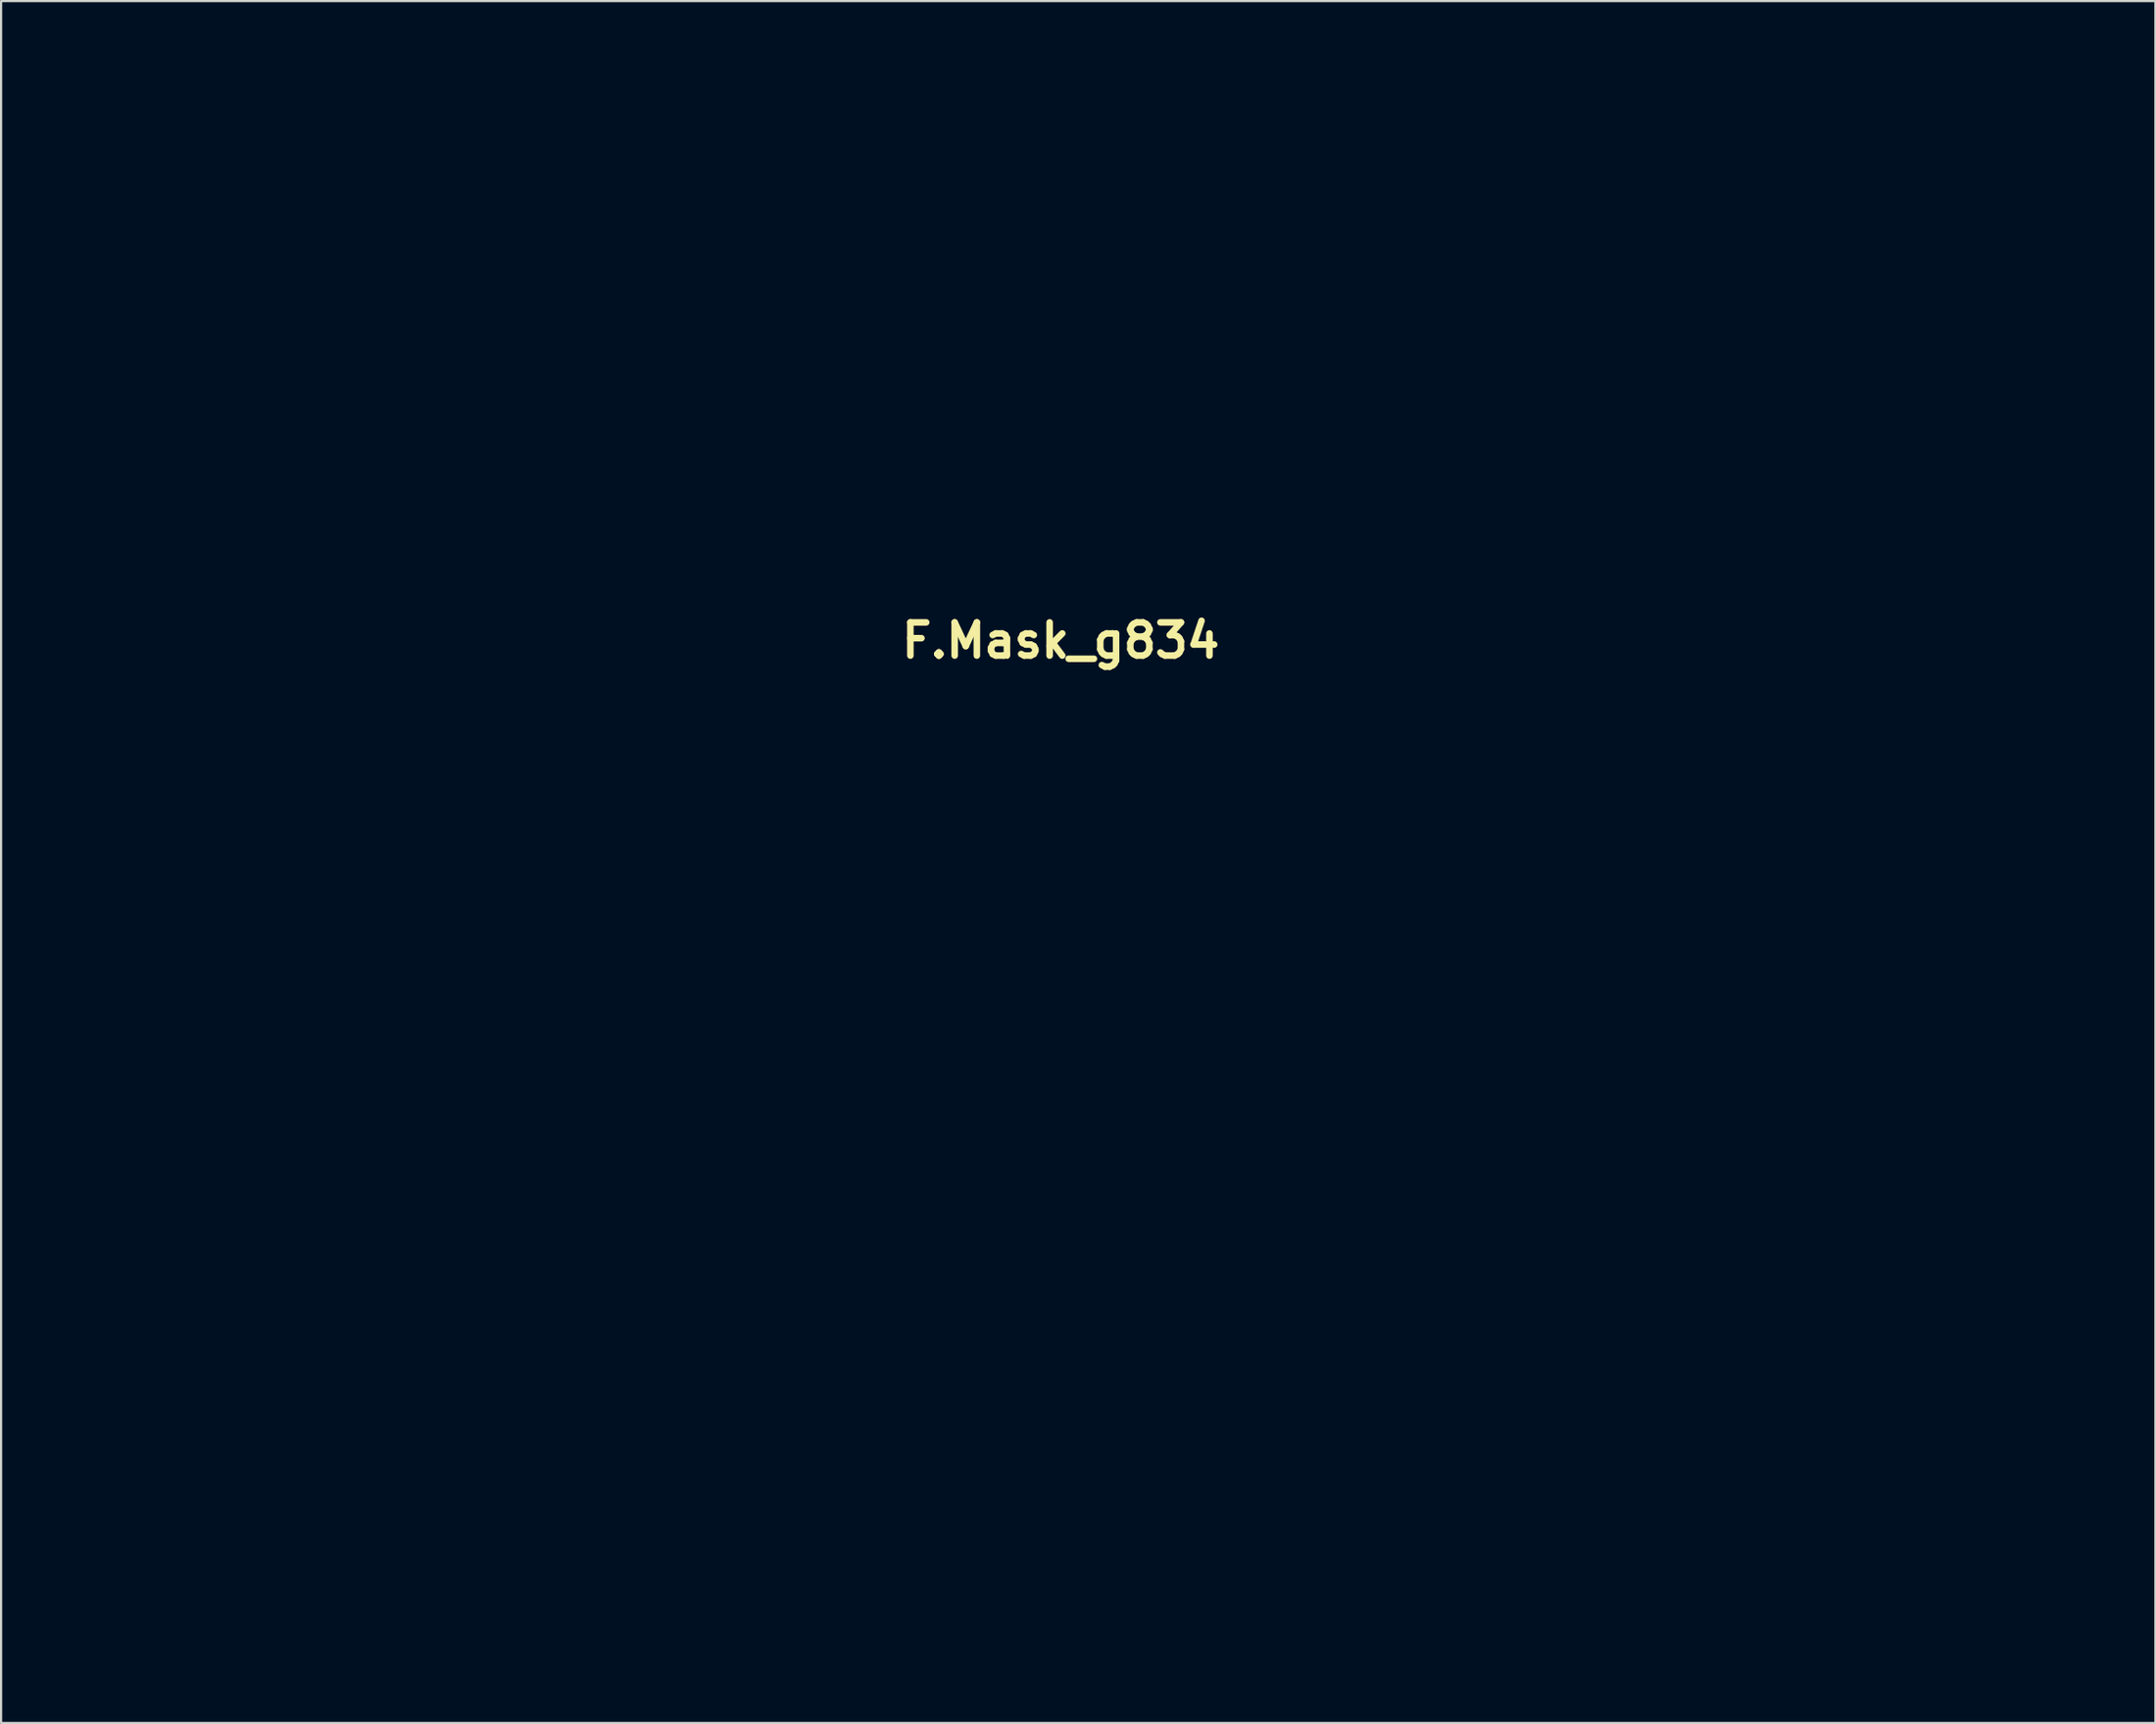
<source format=kicad_pcb>
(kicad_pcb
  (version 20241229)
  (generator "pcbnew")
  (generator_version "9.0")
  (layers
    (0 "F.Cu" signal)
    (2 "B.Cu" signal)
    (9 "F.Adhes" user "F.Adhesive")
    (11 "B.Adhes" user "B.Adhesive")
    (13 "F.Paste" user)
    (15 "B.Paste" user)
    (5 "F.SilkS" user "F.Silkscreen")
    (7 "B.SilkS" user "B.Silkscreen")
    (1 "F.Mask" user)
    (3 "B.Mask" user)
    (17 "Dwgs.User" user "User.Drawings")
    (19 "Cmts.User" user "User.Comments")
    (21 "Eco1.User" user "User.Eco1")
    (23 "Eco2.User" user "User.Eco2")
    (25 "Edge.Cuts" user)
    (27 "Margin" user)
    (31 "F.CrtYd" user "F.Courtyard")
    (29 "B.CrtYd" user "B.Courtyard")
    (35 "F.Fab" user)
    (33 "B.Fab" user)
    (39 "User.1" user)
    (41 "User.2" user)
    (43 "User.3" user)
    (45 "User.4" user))
  (footprint "F.Mask_g834"
    (layer "F.Cu")
    (at 45.598 26.336)
    (property "Reference" "F.Mask_g834" (at 0 0 0) (layer "F.SilkS") (effects (font (size 1.524 1.524) (thickness 0.3))))
    (attr through_hole)
    (fp_poly (pts (xy -37.888 1.058) (xy -39.539 1.058) (xy -39.539 -5.334) (xy -37.888 -5.334) (xy -37.888 1.058)) (stroke (width 0.01) (type solid)) (fill yes) (layer "F.Mask"))
    (fp_poly (pts (xy -33.443 -16.891) (xy -35.052 -16.891) (xy -35.052 -23.326) (xy -33.443 -23.326) (xy -33.443 -16.891)) (stroke (width 0.01) (type solid)) (fill yes) (layer "F.Mask"))
    (fp_poly (pts (xy -33.232 26.289) (xy -34.883 26.289) (xy -34.883 19.897) (xy -33.232 19.897) (xy -33.232 26.289)) (stroke (width 0.01) (type solid)) (fill yes) (layer "F.Mask"))
    (fp_poly (pts (xy -33.105 34.586) (xy -34.756 34.586) (xy -34.756 28.194) (xy -33.105 28.194) (xy -33.105 34.586)) (stroke (width 0.01) (type solid)) (fill yes) (layer "F.Mask"))
    (fp_poly (pts (xy -31.581 -24.807) (xy -43.095 -24.807) (xy -43.095 -26.331) (xy -31.581 -26.331) (xy -31.581 -24.807)) (stroke (width 0.01) (type solid)) (fill yes) (layer "F.Mask"))
    (fp_poly (pts (xy -31.581 46.651) (xy -43.095 46.651) (xy -43.095 45.127) (xy -31.581 45.127) (xy -31.581 46.651)) (stroke (width 0.01) (type solid)) (fill yes) (layer "F.Mask"))
    (fp_poly (pts (xy -21.082 -16.891) (xy -22.691 -16.891) (xy -22.691 -23.326) (xy -21.082 -23.326) (xy -21.082 -16.891)) (stroke (width 0.01) (type solid)) (fill yes) (layer "F.Mask"))
    (fp_poly (pts (xy -9.906 1.058) (xy -11.557 1.058) (xy -11.557 -5.334) (xy -9.906 -5.334) (xy -9.906 1.058)) (stroke (width 0.01) (type solid)) (fill yes) (layer "F.Mask"))
    (fp_poly (pts (xy 9.652 38.862) (xy 8.678 38.862) (xy 8.678 36.491) (xy 9.652 36.491) (xy 9.652 38.862)) (stroke (width 0.01) (type solid)) (fill yes) (layer "F.Mask"))
    (fp_poly (pts (xy 21.632 26.289) (xy 19.981 26.289) (xy 19.981 19.897) (xy 21.632 19.897) (xy 21.632 26.289)) (stroke (width 0.01) (type solid)) (fill yes) (layer "F.Mask"))
    (fp_poly (pts (xy 25.569 17.907) (xy 23.961 17.907) (xy 23.961 11.472) (xy 25.569 11.472) (xy 25.569 17.907)) (stroke (width 0.01) (type solid)) (fill yes) (layer "F.Mask"))
    (fp_poly (pts (xy 35.391 1.058) (xy 33.74 1.058) (xy 33.74 -5.334) (xy 35.391 -5.334) (xy 35.391 1.058)) (stroke (width 0.01) (type solid)) (fill yes) (layer "F.Mask"))
    (fp_poly (pts (xy 44.704 -24.807) (xy 33.189 -24.807) (xy 33.189 -26.331) (xy 44.704 -26.331) (xy 44.704 -24.807)) (stroke (width 0.01) (type solid)) (fill yes) (layer "F.Mask"))
    (fp_poly (pts (xy 44.704 46.651) (xy 33.189 46.651) (xy 33.189 45.127) (xy 44.704 45.127) (xy 44.704 46.651)) (stroke (width 0.01) (type solid)) (fill yes) (layer "F.Mask"))
    (fp_poly (pts (xy 5.842 -18.161) (xy 8.763 -18.161) (xy 8.763 -16.891) (xy 4.233 -16.891) (xy 4.233 -23.326) (xy 5.842 -23.326) (xy 5.842 -18.161)) (stroke (width 0.01) (type solid)) (fill yes) (layer "F.Mask"))
    (fp_poly (pts (xy 15.198 33.359) (xy 18.076 33.359) (xy 18.076 34.586) (xy 13.547 34.586) (xy 13.547 28.194) (xy 15.198 28.194) (xy 15.198 33.359)) (stroke (width 0.01) (type solid)) (fill yes) (layer "F.Mask"))
    (fp_poly (pts (xy 19.431 41.656) (xy 22.352 41.656) (xy 22.352 42.884) (xy 17.822 42.884) (xy 17.822 36.491) (xy 19.431 36.491) (xy 19.431 41.656)) (stroke (width 0.01) (type solid)) (fill yes) (layer "F.Mask"))
    (fp_poly (pts (xy 38.693 -0.169) (xy 41.571 -0.169) (xy 41.571 1.058) (xy 37.042 1.058) (xy 37.042 -5.334) (xy 38.693 -5.334) (xy 38.693 -0.169)) (stroke (width 0.01) (type solid)) (fill yes) (layer "F.Mask"))
    (fp_poly (pts (xy 44.281 -0.169) (xy 47.202 -0.169) (xy 47.202 1.058) (xy 42.672 1.058) (xy 42.672 -5.334) (xy 44.281 -5.334) (xy 44.281 -0.169)) (stroke (width 0.01) (type solid)) (fill yes) (layer "F.Mask"))
    (fp_poly (pts (xy -35.814 37.719) (xy -37.931 37.719) (xy -37.931 42.884) (xy -39.582 42.884) (xy -39.582 37.719) (xy -41.698 37.719) (xy -41.698 36.491) (xy -35.814 36.491) (xy -35.814 37.719)) (stroke (width 0.01) (type solid)) (fill yes) (layer "F.Mask"))
    (fp_poly (pts (xy -17.558 39.063) (xy -17.547 41.635) (xy -16.097 41.646) (xy -14.647 41.657) (xy -14.647 42.884) (xy -19.177 42.884) (xy -19.177 36.491) (xy -17.569 36.491) (xy -17.558 39.063)) (stroke (width 0.01) (type solid)) (fill yes) (layer "F.Mask"))
    (fp_poly (pts (xy -11.43 -13.674) (xy -13.547 -13.674) (xy -13.547 -8.509) (xy -15.198 -8.509) (xy -15.198 -13.674) (xy -17.314 -13.674) (xy -17.314 -14.901) (xy -11.43 -14.901) (xy -11.43 -13.674)) (stroke (width 0.01) (type solid)) (fill yes) (layer "F.Mask"))
    (fp_poly (pts (xy -8.636 4.318) (xy -10.753 4.318) (xy -10.753 9.483) (xy -12.404 9.483) (xy -12.404 4.318) (xy -14.52 4.318) (xy -14.52 3.09) (xy -8.636 3.09) (xy -8.636 4.318)) (stroke (width 0.01) (type solid)) (fill yes) (layer "F.Mask"))
    (fp_poly (pts (xy 10.456 -13.674) (xy 8.34 -13.674) (xy 8.34 -8.509) (xy 6.689 -8.509) (xy 6.689 -13.674) (xy 4.572 -13.674) (xy 4.572 -14.901) (xy 10.456 -14.901) (xy 10.456 -13.674)) (stroke (width 0.01) (type solid)) (fill yes) (layer "F.Mask"))
    (fp_poly (pts (xy 17.653 4.318) (xy 15.536 4.318) (xy 15.536 9.483) (xy 13.928 9.483) (xy 13.906 4.339) (xy 11.769 4.317) (xy 11.769 3.09) (xy 17.653 3.09) (xy 17.653 4.318)) (stroke (width 0.01) (type solid)) (fill yes) (layer "F.Mask"))
    (fp_poly (pts (xy -9.821 29.422) (xy -11.98 29.422) (xy -11.98 34.586) (xy -13.588 34.586) (xy -13.61 29.443) (xy -14.679 29.432) (xy -15.748 29.42) (xy -15.748 28.194) (xy -9.821 28.194) (xy -9.821 29.422)) (stroke (width 0.01) (type solid)) (fill yes) (layer "F.Mask"))
    (fp_poly (pts (xy 11.43 -4.108) (xy 10.361 -4.096) (xy 9.292 -4.085) (xy 9.27 1.058) (xy 7.662 1.058) (xy 7.662 -4.106) (xy 5.503 -4.106) (xy 5.503 -5.334) (xy 11.43 -5.334) (xy 11.43 -4.108)) (stroke (width 0.01) (type solid)) (fill yes) (layer "F.Mask"))
    (fp_poly (pts (xy 32.893 -4.108) (xy 31.824 -4.096) (xy 30.755 -4.085) (xy 30.733 1.058) (xy 29.125 1.058) (xy 29.125 -4.106) (xy 26.966 -4.106) (xy 26.966 -5.334) (xy 32.893 -5.334) (xy 32.893 -4.108)) (stroke (width 0.01) (type solid)) (fill yes) (layer "F.Mask"))
    (fp_poly (pts (xy 43.053 21.123) (xy 41.984 21.134) (xy 40.915 21.145) (xy 40.893 26.289) (xy 39.285 26.289) (xy 39.285 21.124) (xy 37.126 21.124) (xy 37.126 19.897) (xy 43.053 19.897) (xy 43.053 21.123)) (stroke (width 0.01) (type solid)) (fill yes) (layer "F.Mask"))
    (fp_poly (pts (xy -41.106 -4.106) (xy -43.942 -4.106) (xy -43.942 -2.879) (xy -41.275 -2.879) (xy -41.275 -1.651) (xy -43.942 -1.651) (xy -43.942 1.058) (xy -45.593 1.058) (xy -45.593 -5.334) (xy -41.106 -5.334) (xy -41.106 -4.106)) (stroke (width 0.01) (type solid)) (fill yes) (layer "F.Mask"))
    (fp_poly (pts (xy -26.628 -22.099) (xy -27.697 -22.088) (xy -28.765 -22.077) (xy -28.787 -16.891) (xy -30.395 -16.891) (xy -30.406 -19.484) (xy -30.416 -22.077) (xy -32.554 -22.099) (xy -32.554 -23.326) (xy -26.628 -23.326) (xy -26.628 -22.099)) (stroke (width 0.01) (type solid)) (fill yes) (layer "F.Mask"))
    (fp_poly (pts (xy -17.695 4.317) (xy -18.764 4.328) (xy -19.833 4.339) (xy -19.844 6.911) (xy -19.855 9.483) (xy -21.463 9.483) (xy -21.463 4.318) (xy -23.622 4.318) (xy -23.622 3.09) (xy -17.695 3.09) (xy -17.695 4.317)) (stroke (width 0.01) (type solid)) (fill yes) (layer "F.Mask"))
    (fp_poly (pts (xy 14.266 -22.098) (xy 11.472 -22.098) (xy 11.472 -20.87) (xy 14.097 -20.87) (xy 14.097 -19.643) (xy 11.472 -19.643) (xy 11.472 -16.891) (xy 9.821 -16.891) (xy 9.821 -23.326) (xy 14.266 -23.326) (xy 14.266 -22.098)) (stroke (width 0.01) (type solid)) (fill yes) (layer "F.Mask"))
    (fp_poly (pts (xy 22.352 12.7) (xy 19.558 12.7) (xy 19.558 13.928) (xy 22.183 13.928) (xy 22.183 15.155) (xy 19.558 15.155) (xy 19.558 17.907) (xy 17.907 17.907) (xy 17.907 11.472) (xy 22.352 11.472) (xy 22.352 12.7)) (stroke (width 0.01) (type solid)) (fill yes) (layer "F.Mask"))
    (fp_poly (pts (xy -8.17 12.699) (xy -10.986 12.721) (xy -11.009 13.928) (xy -8.34 13.928) (xy -8.34 15.154) (xy -9.663 15.165) (xy -10.986 15.177) (xy -11.008 17.907) (xy -12.615 17.907) (xy -12.615 11.472) (xy -8.17 11.472) (xy -8.17 12.699)) (stroke (width 0.01) (type solid)) (fill yes) (layer "F.Mask"))
    (fp_poly (pts (xy -24.977 -4.106) (xy -27.813 -4.106) (xy -27.813 -2.879) (xy -25.146 -2.879) (xy -25.146 -1.651) (xy -27.813 -1.651) (xy -27.813 -0.169) (xy -24.892 -0.169) (xy -24.892 1.058) (xy -29.422 1.058) (xy -29.422 -5.334) (xy -24.977 -5.334) (xy -24.977 -4.106)) (stroke (width 0.01) (type solid)) (fill yes) (layer "F.Mask"))
    (fp_poly (pts (xy -19.6 29.422) (xy -22.437 29.422) (xy -22.437 30.649) (xy -19.77 30.649) (xy -19.77 31.877) (xy -22.437 31.877) (xy -22.437 33.359) (xy -19.516 33.359) (xy -19.516 34.586) (xy -24.088 34.586) (xy -24.088 28.194) (xy -19.6 28.194) (xy -19.6 29.422)) (stroke (width 0.01) (type solid)) (fill yes) (layer "F.Mask"))
    (fp_poly (pts (xy -17.272 12.7) (xy -20.066 12.7) (xy -20.066 13.928) (xy -17.441 13.928) (xy -17.441 15.155) (xy -20.066 15.155) (xy -20.066 16.679) (xy -17.187 16.679) (xy -17.187 17.907) (xy -21.717 17.907) (xy -21.717 11.472) (xy -17.272 11.472) (xy -17.272 12.7)) (stroke (width 0.01) (type solid)) (fill yes) (layer "F.Mask"))
    (fp_poly (pts (xy -10.922 21.124) (xy -13.716 21.124) (xy -13.716 22.352) (xy -11.091 22.352) (xy -11.091 23.58) (xy -13.716 23.58) (xy -13.716 25.061) (xy -10.837 25.061) (xy -10.837 26.289) (xy -15.367 26.289) (xy -15.367 19.897) (xy -10.922 19.897) (xy -10.922 21.124)) (stroke (width 0.01) (type solid)) (fill yes) (layer "F.Mask"))
    (fp_poly (pts (xy -6.096 -13.674) (xy -8.89 -13.674) (xy -8.89 -12.446) (xy -6.265 -12.446) (xy -6.265 -11.218) (xy -8.89 -11.218) (xy -8.89 -9.737) (xy -6.011 -9.737) (xy -6.011 -8.509) (xy -10.541 -8.509) (xy -10.541 -14.901) (xy -6.096 -14.901) (xy -6.096 -13.674)) (stroke (width 0.01) (type solid)) (fill yes) (layer "F.Mask"))
    (fp_poly (pts (xy -4.53 29.422) (xy -7.324 29.422) (xy -7.324 30.649) (xy -4.699 30.649) (xy -4.699 31.877) (xy -7.324 31.877) (xy -7.324 33.359) (xy -4.403 33.359) (xy -4.403 34.586) (xy -8.975 34.586) (xy -8.975 28.194) (xy -4.53 28.194) (xy -4.53 29.422)) (stroke (width 0.01) (type solid)) (fill yes) (layer "F.Mask"))
    (fp_poly (pts (xy -3.514 37.719) (xy -6.308 37.719) (xy -6.308 38.947) (xy -3.683 38.947) (xy -3.683 40.174) (xy -6.308 40.174) (xy -6.308 41.656) (xy -3.387 41.656) (xy -3.387 42.884) (xy -7.959 42.884) (xy -7.959 36.491) (xy -3.514 36.491) (xy -3.514 37.719)) (stroke (width 0.01) (type solid)) (fill yes) (layer "F.Mask"))
    (fp_poly (pts (xy 1.947 21.124) (xy -0.889 21.124) (xy -0.889 22.352) (xy 1.778 22.352) (xy 1.778 23.58) (xy -0.889 23.58) (xy -0.889 25.061) (xy 2.032 25.061) (xy 2.032 26.289) (xy -2.498 26.289) (xy -2.498 19.897) (xy 1.947 19.897) (xy 1.947 21.124)) (stroke (width 0.01) (type solid)) (fill yes) (layer "F.Mask"))
    (fp_poly (pts (xy 11.98 29.422) (xy 9.144 29.422) (xy 9.144 30.649) (xy 11.811 30.649) (xy 11.811 31.877) (xy 9.144 31.877) (xy 9.144 33.359) (xy 12.065 33.359) (xy 12.065 34.586) (xy 7.535 34.586) (xy 7.535 28.194) (xy 11.98 28.194) (xy 11.98 29.422)) (stroke (width 0.01) (type solid)) (fill yes) (layer "F.Mask"))
    (fp_poly (pts (xy 16.764 -4.106) (xy 13.928 -4.106) (xy 13.928 -2.879) (xy 16.595 -2.879) (xy 16.595 -1.651) (xy 13.928 -1.651) (xy 13.928 -0.169) (xy 16.849 -0.169) (xy 16.849 1.058) (xy 12.277 1.058) (xy 12.277 -5.334) (xy 16.764 -5.334) (xy 16.764 -4.106)) (stroke (width 0.01) (type solid)) (fill yes) (layer "F.Mask"))
    (fp_poly (pts (xy 18.415 21.124) (xy 15.621 21.124) (xy 15.621 22.352) (xy 18.246 22.352) (xy 18.246 23.58) (xy 15.621 23.58) (xy 15.621 25.061) (xy 18.5 25.061) (xy 18.5 26.289) (xy 13.97 26.289) (xy 13.97 19.897) (xy 18.415 19.897) (xy 18.415 21.124)) (stroke (width 0.01) (type solid)) (fill yes) (layer "F.Mask"))
    (fp_poly (pts (xy 20.193 5.546) (xy 22.648 5.546) (xy 22.648 3.09) (xy 24.299 3.09) (xy 24.299 9.483) (xy 22.648 9.483) (xy 22.648 6.773) (xy 20.193 6.773) (xy 20.193 9.483) (xy 18.542 9.483) (xy 18.542 3.09) (xy 20.193 3.09) (xy 20.193 5.546)) (stroke (width 0.01) (type solid)) (fill yes) (layer "F.Mask"))
    (fp_poly (pts (xy 23.622 29.422) (xy 20.786 29.422) (xy 20.786 30.649) (xy 23.453 30.649) (xy 23.453 31.877) (xy 20.786 31.877) (xy 20.786 33.359) (xy 23.707 33.359) (xy 23.707 34.586) (xy 19.177 34.586) (xy 19.177 28.194) (xy 23.622 28.194) (xy 23.622 29.422)) (stroke (width 0.01) (type solid)) (fill yes) (layer "F.Mask"))
    (fp_poly (pts (xy 25.527 -13.674) (xy 22.733 -13.674) (xy 22.733 -12.446) (xy 25.358 -12.446) (xy 25.358 -11.218) (xy 22.733 -11.218) (xy 22.733 -9.737) (xy 25.612 -9.737) (xy 25.612 -8.509) (xy 21.082 -8.509) (xy 21.082 -14.901) (xy 25.527 -14.901) (xy 25.527 -13.674)) (stroke (width 0.01) (type solid)) (fill yes) (layer "F.Mask"))
    (fp_poly (pts (xy 29.379 -22.098) (xy 26.585 -22.098) (xy 26.585 -20.87) (xy 29.21 -20.87) (xy 29.21 -19.643) (xy 26.585 -19.643) (xy 26.585 -18.161) (xy 29.464 -18.161) (xy 29.464 -16.891) (xy 24.934 -16.891) (xy 24.934 -23.326) (xy 29.379 -23.326) (xy 29.379 -22.098)) (stroke (width 0.01) (type solid)) (fill yes) (layer "F.Mask"))
    (fp_poly (pts (xy 32.173 22.352) (xy 34.629 22.352) (xy 34.629 19.897) (xy 36.237 19.897) (xy 36.237 26.289) (xy 34.629 26.289) (xy 34.629 23.58) (xy 32.173 23.58) (xy 32.173 26.289) (xy 30.522 26.289) (xy 30.522 19.897) (xy 32.173 19.897) (xy 32.173 22.352)) (stroke (width 0.01) (type solid)) (fill yes) (layer "F.Mask"))
    (fp_poly (pts (xy 36.449 29.422) (xy 33.655 29.422) (xy 33.655 30.649) (xy 36.28 30.649) (xy 36.28 31.877) (xy 33.655 31.877) (xy 33.655 33.359) (xy 36.534 33.359) (xy 36.534 34.586) (xy 32.004 34.586) (xy 32.004 28.194) (xy 36.449 28.194) (xy 36.449 29.422)) (stroke (width 0.01) (type solid)) (fill yes) (layer "F.Mask"))
    (fp_poly (pts (xy 37.169 4.318) (xy 34.375 4.318) (xy 34.375 5.546) (xy 36.999 5.546) (xy 36.999 6.773) (xy 34.375 6.773) (xy 34.375 8.255) (xy 37.253 8.255) (xy 37.253 9.483) (xy 32.724 9.483) (xy 32.724 3.09) (xy 37.169 3.09) (xy 37.169 4.318)) (stroke (width 0.01) (type solid)) (fill yes) (layer "F.Mask"))
    (fp_poly (pts (xy -23.368 17.909) (xy -25.204 17.886) (xy -26.371 15.685) (xy -27.538 13.483) (xy -27.56 17.907) (xy -29.083 17.907) (xy -29.083 11.472) (xy -27.276 11.472) (xy -24.956 15.854) (xy -24.934 13.674) (xy -24.913 11.493) (xy -24.141 11.482) (xy -23.368 11.47) (xy -23.368 17.909)) (stroke (width 0.01) (type solid)) (fill yes) (layer "F.Mask"))
    (fp_poly (pts (xy -20.743 37.719) (xy -23.582 37.719) (xy -23.558 38.925) (xy -22.236 38.937) (xy -20.913 38.948) (xy -20.913 40.174) (xy -23.58 40.174) (xy -23.58 41.656) (xy -20.659 41.656) (xy -20.659 42.884) (xy -25.231 42.884) (xy -25.231 36.491) (xy -20.743 36.491) (xy -20.743 37.719)) (stroke (width 0.01) (type solid)) (fill yes) (layer "F.Mask"))
    (fp_poly (pts (xy -8.34 -20.87) (xy -5.884 -20.87) (xy -5.884 -23.326) (xy -4.233 -23.326) (xy -4.255 -16.912) (xy -5.069 -16.901) (xy -5.884 -16.889) (xy -5.884 -19.643) (xy -8.338 -19.643) (xy -8.361 -16.912) (xy -9.176 -16.901) (xy -9.991 -16.889) (xy -9.991 -23.326) (xy -8.34 -23.326) (xy -8.34 -20.87)) (stroke (width 0.01) (type solid)) (fill yes) (layer "F.Mask"))
    (fp_poly (pts (xy 9.271 26.291) (xy 7.396 26.268) (xy 6.249 24.104) (xy 5.101 21.94) (xy 5.079 26.289) (xy 3.514 26.289) (xy 3.514 19.897) (xy 4.434 19.898) (xy 5.355 19.9) (xy 6.519 22.103) (xy 7.684 24.306) (xy 7.694 22.101) (xy 7.705 19.897) (xy 9.271 19.897) (xy 9.271 26.291)) (stroke (width 0.01) (type solid)) (fill yes) (layer "F.Mask"))
    (fp_poly (pts (xy 43.18 4.318) (xy 40.386 4.318) (xy 40.386 5.546) (xy 43.055 5.546) (xy 43.044 6.149) (xy 43.032 6.752) (xy 41.709 6.763) (xy 40.386 6.775) (xy 40.386 8.255) (xy 43.307 8.255) (xy 43.307 9.483) (xy 38.735 9.483) (xy 38.735 3.09) (xy 43.18 3.09) (xy 43.18 4.318)) (stroke (width 0.01) (type solid)) (fill yes) (layer "F.Mask"))
    (fp_poly (pts (xy 38.514 12.096) (xy 38.526 12.699) (xy 37.117 12.71) (xy 35.708 12.721) (xy 35.696 13.324) (xy 35.685 13.928) (xy 38.354 13.928) (xy 38.354 15.155) (xy 35.687 15.155) (xy 35.687 16.679) (xy 38.608 16.679) (xy 38.608 17.907) (xy 34.035 17.907) (xy 34.046 14.7) (xy 34.057 11.493) (xy 38.502 11.493) (xy 38.514 12.096)) (stroke (width 0.01) (type solid)) (fill yes) (layer "F.Mask"))
    (fp_poly (pts (xy 24.045 -22.098) (xy 21.929 -22.098) (xy 21.929 -16.891) (xy 21.131 -16.891) (xy 20.88 -16.892) (xy 20.658 -16.896) (xy 20.479 -16.902) (xy 20.357 -16.91) (xy 20.306 -16.919) (xy 20.306 -16.919) (xy 20.301 -16.965) (xy 20.296 -17.089) (xy 20.292 -17.282) (xy 20.288 -17.538) (xy 20.284 -17.85) (xy 20.282 -18.209) (xy 20.28 -18.608) (xy 20.278 -19.041) (xy 20.278 -19.499) (xy 20.278 -19.523) (xy 20.278 -22.098) (xy 18.161 -22.098) (xy 18.161 -23.326) (xy 24.045 -23.326) (xy 24.045 -22.098)) (stroke (width 0.01) (type solid)) (fill yes) (layer "F.Mask"))
    (fp_poly (pts (xy 35.115 -18.944) (xy 35.137 -23.326) (xy 36.703 -23.326) (xy 36.703 -16.889) (xy 34.865 -16.912) (xy 33.699 -19.113) (xy 32.533 -21.313) (xy 32.511 -16.891) (xy 31.757 -16.891) (xy 31.512 -16.893) (xy 31.297 -16.897) (xy 31.127 -16.903) (xy 31.014 -16.911) (xy 30.974 -16.919) (xy 30.969 -16.965) (xy 30.965 -17.089) (xy 30.961 -17.284) (xy 30.957 -17.545) (xy 30.954 -17.863) (xy 30.951 -18.233) (xy 30.949 -18.648) (xy 30.947 -19.102) (xy 30.946 -19.587) (xy 30.946 -20.098) (xy 30.946 -20.137) (xy 30.946 -23.326) (xy 32.794 -23.326) (xy 35.115 -18.944)) (stroke (width 0.01) (type solid)) (fill yes) (layer "F.Mask"))
    (fp_poly (pts (xy 30.105 -12.714) (xy 31.263 -10.526) (xy 31.274 -12.714) (xy 31.285 -14.901) (xy 32.851 -14.901) (xy 32.851 -8.509) (xy 31.006 -8.509) (xy 29.869 -10.657) (xy 29.66 -11.052) (xy 29.462 -11.425) (xy 29.279 -11.769) (xy 29.114 -12.077) (xy 28.972 -12.343) (xy 28.855 -12.559) (xy 28.767 -12.72) (xy 28.713 -12.818) (xy 28.696 -12.846) (xy 28.689 -12.813) (xy 28.682 -12.703) (xy 28.676 -12.523) (xy 28.671 -12.28) (xy 28.667 -11.983) (xy 28.663 -11.639) (xy 28.661 -11.254) (xy 28.66 -10.837) (xy 28.66 -10.698) (xy 28.66 -8.509) (xy 27.093 -8.509) (xy 27.093 -14.901) (xy 28.946 -14.901) (xy 30.105 -12.714)) (stroke (width 0.01) (type solid)) (fill yes) (layer "F.Mask"))
    (fp_poly (pts (xy 41.027 30.38) (xy 42.185 32.565) (xy 42.196 30.38) (xy 42.207 28.194) (xy 43.773 28.194) (xy 43.773 34.586) (xy 41.93 34.586) (xy 40.792 32.438) (xy 40.583 32.043) (xy 40.385 31.67) (xy 40.202 31.327) (xy 40.037 31.018) (xy 39.894 30.753) (xy 39.777 30.536) (xy 39.69 30.375) (xy 39.635 30.278) (xy 39.618 30.249) (xy 39.611 30.282) (xy 39.604 30.393) (xy 39.598 30.574) (xy 39.593 30.818) (xy 39.588 31.118) (xy 39.585 31.468) (xy 39.583 31.859) (xy 39.582 32.286) (xy 39.582 32.398) (xy 39.582 34.586) (xy 38.015 34.586) (xy 38.015 28.194) (xy 39.869 28.194) (xy 41.027 30.38)) (stroke (width 0.01) (type solid)) (fill yes) (layer "F.Mask"))
    (fp_poly (pts (xy 38.735 38.832) (xy 41.104 36.491) (xy 42.047 36.493) (xy 42.989 36.495) (xy 41.476 37.993) (xy 41.18 38.285) (xy 40.904 38.56) (xy 40.652 38.81) (xy 40.431 39.031) (xy 40.246 39.217) (xy 40.103 39.361) (xy 40.007 39.459) (xy 39.964 39.504) (xy 39.963 39.506) (xy 39.992 39.538) (xy 40.075 39.625) (xy 40.208 39.76) (xy 40.385 39.939) (xy 40.601 40.156) (xy 40.849 40.406) (xy 41.126 40.683) (xy 41.425 40.982) (xy 41.645 41.203) (xy 43.328 42.883) (xy 42.312 42.882) (xy 41.296 42.881) (xy 38.735 40.377) (xy 38.735 42.884) (xy 37.084 42.884) (xy 37.084 36.491) (xy 38.735 36.491) (xy 38.735 38.832)) (stroke (width 0.01) (type solid)) (fill yes) (layer "F.Mask"))
    (fp_poly (pts (xy -19.28 -5.324) (xy -18.24 -5.313) (xy -17.516 -3.608) (xy -17.364 -3.253) (xy -17.222 -2.924) (xy -17.093 -2.63) (xy -16.98 -2.378) (xy -16.887 -2.175) (xy -16.818 -2.03) (xy -16.775 -1.949) (xy -16.763 -1.936) (xy -16.741 -1.98) (xy -16.689 -2.095) (xy -16.612 -2.271) (xy -16.512 -2.501) (xy -16.393 -2.776) (xy -16.259 -3.088) (xy -16.113 -3.429) (xy -16.019 -3.65) (xy -15.303 -5.332) (xy -14.256 -5.333) (xy -13.208 -5.334) (xy -13.208 1.058) (xy -14.774 1.058) (xy -14.775 -1.281) (xy -14.775 -3.619) (xy -16.243 -0.191) (xy -16.768 -0.179) (xy -17.293 -0.167) (xy -18.034 -1.893) (xy -18.775 -3.619) (xy -18.786 -1.281) (xy -18.797 1.058) (xy -20.32 1.058) (xy -20.32 -5.335) (xy -19.28 -5.324)) (stroke (width 0.01) (type solid)) (fill yes) (layer "F.Mask"))
    (fp_poly (pts (xy 44.914 -13.043) (xy 43.688 -11.185) (xy 43.688 -8.509) (xy 42.079 -8.509) (xy 42.079 -11.166) (xy 40.883 -12.99) (xy 40.652 -13.342) (xy 40.434 -13.672) (xy 40.234 -13.973) (xy 40.056 -14.238) (xy 39.906 -14.462) (xy 39.787 -14.636) (xy 39.703 -14.755) (xy 39.66 -14.811) (xy 39.656 -14.815) (xy 39.644 -14.776) (xy 39.634 -14.668) (xy 39.627 -14.505) (xy 39.624 -14.304) (xy 39.624 -14.245) (xy 39.624 -13.674) (xy 37.507 -13.674) (xy 37.507 -8.509) (xy 35.856 -8.509) (xy 35.856 -13.674) (xy 33.74 -13.674) (xy 33.74 -14.901) (xy 41.423 -14.897) (xy 42.143 -13.761) (xy 42.319 -13.484) (xy 42.481 -13.233) (xy 42.623 -13.015) (xy 42.739 -12.839) (xy 42.825 -12.713) (xy 42.874 -12.646) (xy 42.884 -12.637) (xy 42.911 -12.674) (xy 42.978 -12.775) (xy 43.079 -12.929) (xy 43.209 -13.129) (xy 43.361 -13.366) (xy 43.531 -13.631) (xy 43.624 -13.775) (xy 44.343 -14.901) (xy 46.139 -14.901) (xy 44.914 -13.043)) (stroke (width 0.01) (type solid)) (fill yes) (layer "F.Mask"))
    (fp_poly (pts (xy -29.613 28.215) (xy -28.484 30.347) (xy -28.275 30.741) (xy -28.077 31.113) (xy -27.894 31.455) (xy -27.729 31.763) (xy -27.586 32.027) (xy -27.468 32.243) (xy -27.381 32.402) (xy -27.326 32.499) (xy -27.308 32.525) (xy -27.297 32.509) (xy -27.288 32.432) (xy -27.28 32.293) (xy -27.274 32.087) (xy -27.269 31.81) (xy -27.266 31.461) (xy -27.264 31.034) (xy -27.263 30.528) (xy -27.263 30.383) (xy -27.263 28.194) (xy -25.739 28.194) (xy -25.739 34.588) (xy -27.576 34.565) (xy -28.721 32.397) (xy -28.931 32.002) (xy -29.129 31.629) (xy -29.312 31.287) (xy -29.477 30.981) (xy -29.619 30.718) (xy -29.736 30.505) (xy -29.824 30.348) (xy -29.88 30.253) (xy -29.898 30.228) (xy -29.904 30.268) (xy -29.91 30.386) (xy -29.915 30.572) (xy -29.92 30.819) (xy -29.924 31.12) (xy -29.927 31.466) (xy -29.929 31.849) (xy -29.93 32.261) (xy -29.93 32.406) (xy -29.93 34.586) (xy -31.454 34.586) (xy -31.454 28.192) (xy -29.613 28.215)) (stroke (width 0.01) (type solid)) (fill yes) (layer "F.Mask"))
    (fp_poly (pts (xy -6.423 -5.313) (xy -5.275 -3.144) (xy -5.066 -2.749) (xy -4.867 -2.377) (xy -4.683 -2.034) (xy -4.518 -1.728) (xy -4.375 -1.465) (xy -4.258 -1.252) (xy -4.17 -1.095) (xy -4.114 -1.001) (xy -4.096 -0.975) (xy -4.09 -1.015) (xy -4.084 -1.133) (xy -4.079 -1.32) (xy -4.074 -1.567) (xy -4.07 -1.868) (xy -4.067 -2.213) (xy -4.065 -2.596) (xy -4.064 -3.009) (xy -4.064 -3.154) (xy -4.064 -5.334) (xy -2.54 -5.334) (xy -2.54 1.058) (xy -4.381 1.056) (xy -5.523 -1.105) (xy -5.732 -1.5) (xy -5.93 -1.873) (xy -6.113 -2.216) (xy -6.277 -2.524) (xy -6.42 -2.788) (xy -6.537 -3.003) (xy -6.625 -3.162) (xy -6.679 -3.259) (xy -6.697 -3.286) (xy -6.704 -3.249) (xy -6.71 -3.135) (xy -6.715 -2.953) (xy -6.72 -2.708) (xy -6.724 -2.411) (xy -6.728 -2.067) (xy -6.73 -1.686) (xy -6.731 -1.275) (xy -6.731 -1.124) (xy -6.731 1.058) (xy -8.255 1.058) (xy -8.255 -5.336) (xy -6.423 -5.313)) (stroke (width 0.01) (type solid)) (fill yes) (layer "F.Mask"))
    (fp_poly (pts (xy -40.293 28.215) (xy -39.144 30.384) (xy -38.933 30.78) (xy -38.735 31.152) (xy -38.551 31.494) (xy -38.386 31.8) (xy -38.242 32.063) (xy -38.125 32.276) (xy -38.036 32.433) (xy -37.981 32.528) (xy -37.962 32.554) (xy -37.956 32.513) (xy -37.951 32.395) (xy -37.945 32.209) (xy -37.941 31.961) (xy -37.937 31.66) (xy -37.934 31.315) (xy -37.932 30.932) (xy -37.931 30.519) (xy -37.931 30.374) (xy -37.931 28.194) (xy -36.407 28.194) (xy -36.407 34.586) (xy -37.327 34.585) (xy -38.248 34.584) (xy -39.37 32.463) (xy -39.578 32.069) (xy -39.776 31.697) (xy -39.959 31.353) (xy -40.124 31.045) (xy -40.267 30.778) (xy -40.384 30.561) (xy -40.472 30.399) (xy -40.527 30.301) (xy -40.543 30.273) (xy -40.555 30.273) (xy -40.565 30.312) (xy -40.574 30.394) (xy -40.58 30.526) (xy -40.586 30.712) (xy -40.59 30.958) (xy -40.593 31.269) (xy -40.595 31.652) (xy -40.596 32.11) (xy -40.596 32.396) (xy -40.598 34.586) (xy -42.122 34.586) (xy -42.122 28.192) (xy -40.293 28.215)) (stroke (width 0.01) (type solid)) (fill yes) (layer "F.Mask"))
    (fp_poly (pts (xy -2.008 28.204) (xy -1.094 28.215) (xy 0.056 30.385) (xy 0.266 30.78) (xy 0.465 31.152) (xy 0.649 31.494) (xy 0.815 31.8) (xy 0.958 32.063) (xy 1.076 32.277) (xy 1.164 32.434) (xy 1.22 32.528) (xy 1.238 32.554) (xy 1.244 32.513) (xy 1.25 32.395) (xy 1.255 32.209) (xy 1.26 31.961) (xy 1.264 31.661) (xy 1.267 31.315) (xy 1.269 30.932) (xy 1.27 30.519) (xy 1.27 30.374) (xy 1.27 28.194) (xy 2.794 28.194) (xy 2.794 34.586) (xy 0.953 34.585) (xy -0.169 32.464) (xy -0.378 32.071) (xy -0.575 31.698) (xy -0.758 31.355) (xy -0.923 31.046) (xy -1.066 30.779) (xy -1.183 30.562) (xy -1.271 30.4) (xy -1.326 30.302) (xy -1.343 30.274) (xy -1.355 30.274) (xy -1.365 30.312) (xy -1.373 30.395) (xy -1.38 30.526) (xy -1.385 30.711) (xy -1.389 30.957) (xy -1.392 31.268) (xy -1.394 31.65) (xy -1.395 32.108) (xy -1.396 32.396) (xy -1.397 34.586) (xy -2.921 34.586) (xy -2.921 28.192) (xy -2.008 28.204)) (stroke (width 0.01) (type solid)) (fill yes) (layer "F.Mask"))
    (fp_poly (pts (xy -4.468 19.904) (xy -4.217 19.906) (xy -4.202 19.906) (xy -3.396 19.918) (xy -5.748 26.268) (xy -7.731 26.29) (xy -8.903 23.125) (xy -9.086 22.631) (xy -9.26 22.159) (xy -9.424 21.717) (xy -9.574 21.309) (xy -9.708 20.942) (xy -9.825 20.623) (xy -9.923 20.356) (xy -9.998 20.148) (xy -10.049 20.006) (xy -10.073 19.935) (xy -10.075 19.928) (xy -10.035 19.918) (xy -9.923 19.911) (xy -9.753 19.906) (xy -9.536 19.904) (xy -9.286 19.906) (xy -9.261 19.906) (xy -8.447 19.918) (xy -7.601 22.275) (xy -7.448 22.7) (xy -7.303 23.099) (xy -7.169 23.467) (xy -7.048 23.795) (xy -6.944 24.078) (xy -6.858 24.308) (xy -6.792 24.479) (xy -6.751 24.583) (xy -6.735 24.614) (xy -6.718 24.572) (xy -6.675 24.457) (xy -6.608 24.276) (xy -6.521 24.037) (xy -6.415 23.747) (xy -6.294 23.412) (xy -6.159 23.039) (xy -6.015 22.637) (xy -5.881 22.264) (xy -5.729 21.84) (xy -5.585 21.441) (xy -5.452 21.073) (xy -5.333 20.743) (xy -5.229 20.458) (xy -5.144 20.226) (xy -5.08 20.053) (xy -5.04 19.947) (xy -5.026 19.914) (xy -4.98 19.908) (xy -4.863 19.905) (xy -4.687 19.903) (xy -4.468 19.904)) (stroke (width 0.01) (type solid)) (fill yes) (layer "F.Mask"))
    (fp_poly (pts (xy -36.188 -5.333) (xy -35.37 -5.333) (xy -34.528 -2.984) (xy -34.375 -2.559) (xy -34.23 -2.159) (xy -34.096 -1.791) (xy -33.976 -1.461) (xy -33.871 -1.177) (xy -33.784 -0.946) (xy -33.718 -0.774) (xy -33.676 -0.668) (xy -33.66 -0.635) (xy -33.641 -0.674) (xy -33.597 -0.786) (xy -33.529 -0.963) (xy -33.441 -1.199) (xy -33.335 -1.487) (xy -33.214 -1.819) (xy -33.08 -2.189) (xy -32.936 -2.59) (xy -32.808 -2.945) (xy -32.657 -3.368) (xy -32.514 -3.766) (xy -32.382 -4.135) (xy -32.263 -4.465) (xy -32.16 -4.75) (xy -32.075 -4.983) (xy -32.012 -5.156) (xy -31.972 -5.263) (xy -31.959 -5.295) (xy -31.909 -5.309) (xy -31.784 -5.319) (xy -31.593 -5.325) (xy -31.346 -5.326) (xy -31.126 -5.324) (xy -30.317 -5.313) (xy -31.493 -2.138) (xy -32.669 1.037) (xy -33.66 1.048) (xy -34.651 1.06) (xy -35.814 -2.08) (xy -35.997 -2.573) (xy -36.171 -3.044) (xy -36.335 -3.486) (xy -36.485 -3.894) (xy -36.621 -4.261) (xy -36.738 -4.581) (xy -36.837 -4.848) (xy -36.913 -5.056) (xy -36.964 -5.199) (xy -36.99 -5.27) (xy -36.992 -5.277) (xy -36.983 -5.297) (xy -36.937 -5.312) (xy -36.847 -5.323) (xy -36.701 -5.329) (xy -36.49 -5.333) (xy -36.204 -5.333) (xy -36.188 -5.333)) (stroke (width 0.01) (type solid)) (fill yes) (layer "F.Mask"))
    (fp_poly (pts (xy 27.927 11.481) (xy 28.049 11.485) (xy 28.1 11.491) (xy 28.1 11.491) (xy 28.118 11.534) (xy 28.162 11.649) (xy 28.229 11.83) (xy 28.317 12.069) (xy 28.423 12.36) (xy 28.545 12.695) (xy 28.68 13.068) (xy 28.825 13.471) (xy 28.961 13.848) (xy 29.114 14.272) (xy 29.258 14.672) (xy 29.392 15.04) (xy 29.512 15.371) (xy 29.616 15.656) (xy 29.701 15.888) (xy 29.765 16.062) (xy 29.805 16.168) (xy 29.819 16.202) (xy 29.824 16.206) (xy 29.829 16.204) (xy 29.838 16.192) (xy 29.852 16.162) (xy 29.873 16.111) (xy 29.904 16.031) (xy 29.946 15.917) (xy 30.002 15.764) (xy 30.074 15.565) (xy 30.164 15.316) (xy 30.274 15.009) (xy 30.406 14.641) (xy 30.562 14.204) (xy 30.745 13.694) (xy 30.754 13.669) (xy 30.898 13.266) (xy 31.034 12.887) (xy 31.16 12.539) (xy 31.272 12.229) (xy 31.368 11.966) (xy 31.445 11.757) (xy 31.5 11.609) (xy 31.53 11.53) (xy 31.535 11.52) (xy 31.576 11.501) (xy 31.676 11.489) (xy 31.842 11.481) (xy 32.079 11.479) (xy 32.371 11.482) (xy 33.177 11.493) (xy 30.802 17.907) (xy 28.848 17.907) (xy 26.47 11.493) (xy 27.275 11.482) (xy 27.527 11.479) (xy 27.749 11.479) (xy 27.927 11.481)) (stroke (width 0.01) (type solid)) (fill yes) (layer "F.Mask"))
    (fp_poly (pts (xy -32.072 4.075) (xy -31.985 4.309) (xy -31.873 4.612) (xy -31.741 4.969) (xy -31.592 5.37) (xy -31.432 5.803) (xy -31.265 6.254) (xy -31.095 6.713) (xy -30.926 7.167) (xy -30.888 7.272) (xy -30.068 9.484) (xy -30.892 9.473) (xy -31.717 9.461) (xy -32.118 8.319) (xy -34.724 8.319) (xy -35.126 9.461) (xy -35.951 9.473) (xy -36.777 9.484) (xy -35.957 7.272) (xy -35.898 7.112) (xy -34.29 7.112) (xy -34.249 7.127) (xy -34.128 7.14) (xy -33.932 7.148) (xy -33.667 7.153) (xy -33.422 7.154) (xy -33.097 7.153) (xy -32.852 7.147) (xy -32.683 7.138) (xy -32.585 7.125) (xy -32.554 7.107) (xy -32.568 7.059) (xy -32.604 6.942) (xy -32.661 6.77) (xy -32.733 6.554) (xy -32.816 6.306) (xy -32.907 6.038) (xy -33.002 5.762) (xy -33.095 5.489) (xy -33.184 5.232) (xy -33.265 5.002) (xy -33.332 4.811) (xy -33.382 4.672) (xy -33.412 4.595) (xy -33.417 4.584) (xy -33.433 4.619) (xy -33.473 4.722) (xy -33.531 4.883) (xy -33.605 5.089) (xy -33.689 5.329) (xy -33.781 5.591) (xy -33.876 5.864) (xy -33.969 6.137) (xy -34.058 6.398) (xy -34.138 6.634) (xy -34.205 6.836) (xy -34.255 6.99) (xy -34.284 7.086) (xy -34.29 7.112) (xy -35.898 7.112) (xy -35.79 6.82) (xy -35.62 6.362) (xy -35.451 5.907) (xy -35.289 5.47) (xy -35.137 5.06) (xy -35 4.691) (xy -34.883 4.375) (xy -34.79 4.123) (xy -34.772 4.075) (xy -34.407 3.09) (xy -32.437 3.09) (xy -32.072 4.075)) (stroke (width 0.01) (type solid)) (fill yes) (layer "F.Mask"))
    (fp_poly (pts (xy 14.923 36.399) (xy 15.455 36.492) (xy 15.968 36.646) (xy 16.182 36.734) (xy 16.425 36.842) (xy 16.425 38.147) (xy 16.245 38.037) (xy 15.82 37.811) (xy 15.395 37.66) (xy 14.948 37.577) (xy 14.774 37.563) (xy 14.33 37.57) (xy 13.934 37.646) (xy 13.586 37.79) (xy 13.29 38.001) (xy 13.045 38.278) (xy 12.853 38.621) (xy 12.773 38.83) (xy 12.723 39.046) (xy 12.692 39.318) (xy 12.679 39.622) (xy 12.684 39.931) (xy 12.708 40.22) (xy 12.75 40.462) (xy 12.773 40.545) (xy 12.936 40.922) (xy 13.153 41.235) (xy 13.422 41.482) (xy 13.742 41.662) (xy 14.112 41.774) (xy 14.531 41.818) (xy 14.788 41.813) (xy 15.252 41.75) (xy 15.691 41.618) (xy 16.122 41.411) (xy 16.245 41.338) (xy 16.425 41.228) (xy 16.425 42.534) (xy 16.14 42.661) (xy 15.755 42.809) (xy 15.36 42.909) (xy 14.929 42.969) (xy 14.563 42.989) (xy 14.34 42.993) (xy 14.137 42.994) (xy 13.975 42.992) (xy 13.874 42.986) (xy 13.864 42.985) (xy 13.345 42.884) (xy 12.891 42.74) (xy 12.489 42.547) (xy 12.128 42.301) (xy 11.796 41.995) (xy 11.76 41.956) (xy 11.471 41.586) (xy 11.25 41.17) (xy 11.093 40.704) (xy 11 40.185) (xy 10.977 39.917) (xy 10.982 39.357) (xy 11.057 38.831) (xy 11.202 38.342) (xy 11.413 37.896) (xy 11.688 37.498) (xy 12.026 37.152) (xy 12.423 36.864) (xy 12.427 36.861) (xy 12.86 36.647) (xy 13.339 36.494) (xy 13.851 36.401) (xy 14.384 36.369) (xy 14.923 36.399)) (stroke (width 0.01) (type solid)) (fill yes) (layer "F.Mask"))
    (fp_poly (pts (xy -39.573 3.091) (xy -39.176 3.094) (xy -38.845 3.101) (xy -38.569 3.112) (xy -38.341 3.128) (xy -38.149 3.151) (xy -37.985 3.181) (xy -37.839 3.22) (xy -37.702 3.267) (xy -37.563 3.326) (xy -37.486 3.361) (xy -37.136 3.566) (xy -36.855 3.816) (xy -36.643 4.115) (xy -36.499 4.464) (xy -36.422 4.864) (xy -36.407 5.165) (xy -36.439 5.603) (xy -36.537 5.987) (xy -36.702 6.32) (xy -36.935 6.604) (xy -37.238 6.841) (xy -37.612 7.032) (xy -37.782 7.096) (xy -37.898 7.134) (xy -38.002 7.164) (xy -38.11 7.186) (xy -38.236 7.202) (xy -38.394 7.214) (xy -38.599 7.223) (xy -38.865 7.231) (xy -39.074 7.237) (xy -40.026 7.26) (xy -40.037 8.371) (xy -40.049 9.483) (xy -41.656 9.483) (xy -41.656 5.158) (xy -40.047 5.158) (xy -40.046 5.423) (xy -40.042 5.66) (xy -40.036 5.855) (xy -40.028 5.995) (xy -40.018 6.067) (xy -40.016 6.073) (xy -39.964 6.083) (xy -39.844 6.089) (xy -39.671 6.091) (xy -39.462 6.087) (xy -39.376 6.084) (xy -39.131 6.074) (xy -38.953 6.063) (xy -38.822 6.047) (xy -38.72 6.023) (xy -38.627 5.988) (xy -38.532 5.941) (xy -38.327 5.804) (xy -38.192 5.63) (xy -38.118 5.409) (xy -38.1 5.182) (xy -38.113 4.95) (xy -38.159 4.773) (xy -38.245 4.625) (xy -38.304 4.556) (xy -38.408 4.457) (xy -38.518 4.384) (xy -38.65 4.333) (xy -38.817 4.301) (xy -39.035 4.283) (xy -39.319 4.277) (xy -39.402 4.277) (xy -40.047 4.276) (xy -40.047 5.158) (xy -41.656 5.158) (xy -41.656 3.09) (xy -40.046 3.09) (xy -39.573 3.091)) (stroke (width 0.01) (type solid)) (fill yes) (layer "F.Mask"))
    (fp_poly (pts (xy -25.023 -11.758) (xy -24.84 -11.265) (xy -24.666 -10.794) (xy -24.503 -10.351) (xy -24.353 -9.944) (xy -24.217 -9.577) (xy -24.099 -9.257) (xy -24.001 -8.99) (xy -23.924 -8.782) (xy -23.872 -8.64) (xy -23.846 -8.569) (xy -23.843 -8.562) (xy -23.855 -8.543) (xy -23.91 -8.529) (xy -24.019 -8.519) (xy -24.188 -8.513) (xy -24.428 -8.51) (xy -24.644 -8.509) (xy -25.463 -8.509) (xy -25.659 -9.07) (xy -25.854 -9.631) (xy -27.169 -9.642) (xy -28.484 -9.653) (xy -28.514 -9.557) (xy -28.539 -9.48) (xy -28.586 -9.344) (xy -28.648 -9.167) (xy -28.712 -8.985) (xy -28.88 -8.509) (xy -30.521 -8.509) (xy -30.415 -8.795) (xy -30.383 -8.881) (xy -30.324 -9.04) (xy -30.241 -9.264) (xy -30.136 -9.547) (xy -30.013 -9.88) (xy -29.873 -10.258) (xy -29.719 -10.672) (xy -29.658 -10.837) (xy -28.064 -10.837) (xy -27.177 -10.837) (xy -26.913 -10.838) (xy -26.68 -10.841) (xy -26.491 -10.845) (xy -26.358 -10.851) (xy -26.293 -10.857) (xy -26.289 -10.859) (xy -26.302 -10.906) (xy -26.339 -11.02) (xy -26.396 -11.19) (xy -26.469 -11.403) (xy -26.553 -11.65) (xy -26.644 -11.916) (xy -26.739 -12.191) (xy -26.834 -12.463) (xy -26.923 -12.72) (xy -27.004 -12.949) (xy -27.071 -13.14) (xy -27.122 -13.28) (xy -27.151 -13.358) (xy -27.156 -13.37) (xy -27.165 -13.373) (xy -27.177 -13.362) (xy -27.194 -13.329) (xy -27.221 -13.266) (xy -27.259 -13.166) (xy -27.311 -13.022) (xy -27.38 -12.825) (xy -27.469 -12.567) (xy -27.581 -12.243) (xy -27.668 -11.991) (xy -28.064 -10.837) (xy -29.658 -10.837) (xy -29.555 -11.117) (xy -29.382 -11.584) (xy -29.235 -11.98) (xy -28.161 -14.88) (xy -27.172 -14.891) (xy -26.183 -14.901) (xy -25.023 -11.758)) (stroke (width 0.01) (type solid)) (fill yes) (layer "F.Mask"))
    (fp_poly (pts (xy 9.631 11.496) (xy 10.055 11.497) (xy 10.405 11.499) (xy 10.69 11.503) (xy 10.921 11.509) (xy 11.107 11.518) (xy 11.258 11.529) (xy 11.384 11.543) (xy 11.496 11.561) (xy 11.557 11.573) (xy 11.97 11.688) (xy 12.311 11.846) (xy 12.583 12.051) (xy 12.786 12.303) (xy 12.924 12.606) (xy 12.997 12.961) (xy 13.011 13.208) (xy 12.985 13.615) (xy 12.895 13.966) (xy 12.741 14.263) (xy 12.522 14.509) (xy 12.236 14.704) (xy 12.049 14.792) (xy 11.808 14.89) (xy 12.041 15.004) (xy 12.171 15.075) (xy 12.292 15.161) (xy 12.408 15.268) (xy 12.524 15.405) (xy 12.646 15.578) (xy 12.779 15.795) (xy 12.928 16.064) (xy 13.098 16.393) (xy 13.294 16.788) (xy 13.39 16.986) (xy 13.837 17.907) (xy 12.108 17.907) (xy 11.622 16.936) (xy 11.483 16.663) (xy 11.349 16.407) (xy 11.226 16.181) (xy 11.121 15.997) (xy 11.041 15.867) (xy 11.001 15.812) (xy 10.852 15.668) (xy 10.688 15.568) (xy 10.488 15.504) (xy 10.234 15.469) (xy 10.107 15.461) (xy 9.694 15.44) (xy 9.694 17.907) (xy 8.043 17.907) (xy 8.054 14.7) (xy 8.061 12.658) (xy 9.694 12.658) (xy 9.694 14.351) (xy 10.112 14.351) (xy 10.323 14.346) (xy 10.532 14.334) (xy 10.704 14.317) (xy 10.757 14.308) (xy 10.973 14.248) (xy 11.13 14.152) (xy 11.252 14.003) (xy 11.295 13.925) (xy 11.349 13.808) (xy 11.375 13.697) (xy 11.381 13.557) (xy 11.376 13.427) (xy 11.345 13.196) (xy 11.276 13.013) (xy 11.163 12.873) (xy 10.998 12.772) (xy 10.773 12.706) (xy 10.481 12.669) (xy 10.114 12.658) (xy 9.694 12.658) (xy 8.061 12.658) (xy 8.065 11.493) (xy 9.631 11.496)) (stroke (width 0.01) (type solid)) (fill yes) (layer "F.Mask"))
    (fp_poly (pts (xy 27.952 3.092) (xy 28.36 3.096) (xy 28.703 3.105) (xy 28.989 3.119) (xy 29.229 3.14) (xy 29.431 3.167) (xy 29.606 3.203) (xy 29.763 3.248) (xy 29.911 3.303) (xy 30.025 3.352) (xy 30.328 3.533) (xy 30.565 3.765) (xy 30.738 4.051) (xy 30.848 4.393) (xy 30.888 4.671) (xy 30.886 5.07) (xy 30.811 5.433) (xy 30.665 5.753) (xy 30.451 6.027) (xy 30.17 6.251) (xy 29.971 6.359) (xy 29.689 6.491) (xy 29.936 6.614) (xy 30.064 6.685) (xy 30.183 6.771) (xy 30.297 6.877) (xy 30.412 7.011) (xy 30.531 7.182) (xy 30.662 7.397) (xy 30.809 7.663) (xy 30.976 7.988) (xy 31.17 8.379) (xy 31.267 8.579) (xy 31.704 9.483) (xy 29.97 9.483) (xy 29.497 8.528) (xy 29.359 8.255) (xy 29.225 7.998) (xy 29.101 7.77) (xy 28.995 7.584) (xy 28.914 7.452) (xy 28.875 7.4) (xy 28.734 7.259) (xy 28.581 7.162) (xy 28.398 7.104) (xy 28.165 7.076) (xy 27.972 7.071) (xy 27.559 7.07) (xy 27.559 9.483) (xy 25.95 9.483) (xy 25.95 4.276) (xy 27.559 4.276) (xy 27.559 5.935) (xy 28.141 5.919) (xy 28.385 5.911) (xy 28.562 5.9) (xy 28.69 5.883) (xy 28.789 5.858) (xy 28.874 5.823) (xy 28.907 5.806) (xy 29.073 5.682) (xy 29.183 5.511) (xy 29.239 5.285) (xy 29.245 5.013) (xy 29.22 4.785) (xy 29.161 4.617) (xy 29.057 4.491) (xy 28.897 4.385) (xy 28.87 4.371) (xy 28.784 4.331) (xy 28.696 4.304) (xy 28.587 4.288) (xy 28.439 4.279) (xy 28.234 4.276) (xy 28.122 4.276) (xy 27.559 4.276) (xy 25.95 4.276) (xy 25.95 3.09) (xy 27.469 3.09) (xy 27.952 3.092)) (stroke (width 0.01) (type solid)) (fill yes) (layer "F.Mask"))
    (fp_poly (pts (xy -9.364 36.493) (xy -9.146 36.496) (xy -8.995 36.504) (xy -8.903 36.515) (xy -8.861 36.53) (xy -8.857 36.544) (xy -8.874 36.591) (xy -8.918 36.712) (xy -8.988 36.9) (xy -9.079 37.148) (xy -9.191 37.452) (xy -9.322 37.805) (xy -9.467 38.2) (xy -9.627 38.632) (xy -9.798 39.094) (xy -9.978 39.581) (xy -10.036 39.74) (xy -11.197 42.883) (xy -12.181 42.883) (xy -12.46 42.883) (xy -12.708 42.882) (xy -12.914 42.88) (xy -13.066 42.878) (xy -13.152 42.875) (xy -13.167 42.873) (xy -13.182 42.833) (xy -13.224 42.719) (xy -13.29 42.538) (xy -13.38 42.295) (xy -13.491 41.997) (xy -13.619 41.649) (xy -13.764 41.258) (xy -13.923 40.829) (xy -14.094 40.368) (xy -14.274 39.882) (xy -14.346 39.688) (xy -15.524 36.513) (xy -14.72 36.501) (xy -14.468 36.498) (xy -14.246 36.498) (xy -14.067 36.5) (xy -13.946 36.504) (xy -13.896 36.509) (xy -13.895 36.509) (xy -13.878 36.552) (xy -13.834 36.667) (xy -13.767 36.847) (xy -13.68 37.086) (xy -13.574 37.375) (xy -13.453 37.708) (xy -13.319 38.078) (xy -13.175 38.478) (xy -13.064 38.786) (xy -12.883 39.29) (xy -12.728 39.72) (xy -12.598 40.082) (xy -12.49 40.381) (xy -12.402 40.623) (xy -12.333 40.814) (xy -12.279 40.959) (xy -12.238 41.064) (xy -12.209 41.135) (xy -12.19 41.176) (xy -12.177 41.195) (xy -12.169 41.196) (xy -12.164 41.185) (xy -12.16 41.168) (xy -12.154 41.15) (xy -12.152 41.148) (xy -12.132 41.097) (xy -12.087 40.974) (xy -12.017 40.786) (xy -11.928 40.54) (xy -11.821 40.243) (xy -11.698 39.904) (xy -11.563 39.528) (xy -11.418 39.123) (xy -11.298 38.788) (xy -10.477 36.492) (xy -9.658 36.491) (xy -9.364 36.493)) (stroke (width 0.01) (type solid)) (fill yes) (layer "F.Mask"))
    (fp_poly (pts (xy 26.111 28.315) (xy 26.177 28.503) (xy 26.262 28.743) (xy 26.363 29.027) (xy 26.478 29.347) (xy 26.602 29.694) (xy 26.734 30.06) (xy 26.869 30.436) (xy 27.005 30.814) (xy 27.139 31.186) (xy 27.268 31.542) (xy 27.389 31.874) (xy 27.498 32.174) (xy 27.593 32.434) (xy 27.67 32.644) (xy 27.726 32.797) (xy 27.759 32.884) (xy 27.767 32.901) (xy 27.785 32.868) (xy 27.829 32.761) (xy 27.896 32.589) (xy 27.984 32.357) (xy 28.09 32.072) (xy 28.212 31.742) (xy 28.346 31.373) (xy 28.491 30.972) (xy 28.639 30.562) (xy 29.485 28.194) (xy 30.305 28.194) (xy 30.599 28.195) (xy 30.817 28.199) (xy 30.968 28.206) (xy 31.06 28.217) (xy 31.102 28.233) (xy 31.106 28.247) (xy 31.088 28.294) (xy 31.044 28.415) (xy 30.975 28.602) (xy 30.883 28.851) (xy 30.771 29.155) (xy 30.641 29.507) (xy 30.495 29.903) (xy 30.336 30.335) (xy 30.165 30.797) (xy 29.985 31.284) (xy 29.926 31.443) (xy 28.765 34.586) (xy 26.795 34.586) (xy 26.75 34.47) (xy 26.728 34.412) (xy 26.68 34.282) (xy 26.606 34.084) (xy 26.511 33.827) (xy 26.395 33.516) (xy 26.262 33.158) (xy 26.114 32.759) (xy 25.953 32.325) (xy 25.782 31.864) (xy 25.603 31.381) (xy 25.591 31.348) (xy 25.412 30.865) (xy 25.241 30.404) (xy 25.08 29.972) (xy 24.933 29.574) (xy 24.8 29.217) (xy 24.685 28.908) (xy 24.59 28.652) (xy 24.517 28.456) (xy 24.469 28.326) (xy 24.447 28.269) (xy 24.447 28.268) (xy 24.442 28.243) (xy 24.457 28.224) (xy 24.503 28.21) (xy 24.59 28.202) (xy 24.729 28.197) (xy 24.931 28.195) (xy 25.205 28.194) (xy 25.243 28.194) (xy 26.069 28.194) (xy 26.111 28.315)) (stroke (width 0.01) (type solid)) (fill yes) (layer "F.Mask"))
    (fp_poly (pts (xy 0.762 -3.219) (xy 0.762 -2.705) (xy 0.764 -2.268) (xy 0.767 -1.9) (xy 0.772 -1.594) (xy 0.78 -1.343) (xy 0.791 -1.139) (xy 0.805 -0.974) (xy 0.823 -0.842) (xy 0.846 -0.733) (xy 0.874 -0.642) (xy 0.907 -0.56) (xy 0.937 -0.499) (xy 1.091 -0.282) (xy 1.304 -0.125) (xy 1.57 -0.03) (xy 1.873 0) (xy 2.195 -0.033) (xy 2.463 -0.131) (xy 2.678 -0.295) (xy 2.84 -0.524) (xy 2.886 -0.625) (xy 2.908 -0.68) (xy 2.926 -0.734) (xy 2.941 -0.794) (xy 2.953 -0.868) (xy 2.963 -0.963) (xy 2.971 -1.087) (xy 2.978 -1.247) (xy 2.983 -1.45) (xy 2.986 -1.705) (xy 2.99 -2.019) (xy 2.993 -2.399) (xy 2.996 -2.852) (xy 2.997 -3.101) (xy 3.01 -5.334) (xy 4.664 -5.334) (xy 4.645 -3.122) (xy 4.64 -2.594) (xy 4.635 -2.143) (xy 4.629 -1.761) (xy 4.621 -1.44) (xy 4.61 -1.172) (xy 4.596 -0.949) (xy 4.577 -0.765) (xy 4.554 -0.61) (xy 4.525 -0.476) (xy 4.489 -0.357) (xy 4.446 -0.244) (xy 4.395 -0.13) (xy 4.336 -0.008) (xy 4.122 0.337) (xy 3.845 0.624) (xy 3.507 0.855) (xy 3.105 1.03) (xy 2.942 1.08) (xy 2.765 1.114) (xy 2.525 1.141) (xy 2.244 1.16) (xy 1.943 1.17) (xy 1.644 1.17) (xy 1.369 1.161) (xy 1.138 1.141) (xy 1.037 1.125) (xy 0.588 1.004) (xy 0.201 0.828) (xy -0.125 0.594) (xy -0.391 0.301) (xy -0.598 -0.053) (xy -0.749 -0.468) (xy -0.845 -0.945) (xy -0.854 -1.063) (xy -0.863 -1.256) (xy -0.871 -1.518) (xy -0.878 -1.838) (xy -0.883 -2.208) (xy -0.887 -2.62) (xy -0.889 -3.066) (xy -0.889 -3.305) (xy -0.889 -5.334) (xy 0.762 -5.334) (xy 0.762 -3.219)) (stroke (width 0.01) (type solid)) (fill yes) (layer "F.Mask"))
    (fp_poly (pts (xy 27.355 19.847) (xy 27.91 19.954) (xy 28.452 20.116) (xy 28.543 20.149) (xy 28.787 20.241) (xy 28.787 21.542) (xy 28.425 21.373) (xy 27.892 21.163) (xy 27.355 21.034) (xy 26.802 20.983) (xy 26.755 20.982) (xy 26.319 20.999) (xy 25.945 21.065) (xy 25.624 21.182) (xy 25.345 21.355) (xy 25.102 21.583) (xy 24.902 21.866) (xy 24.753 22.197) (xy 24.655 22.562) (xy 24.608 22.948) (xy 24.611 23.338) (xy 24.665 23.721) (xy 24.768 24.08) (xy 24.92 24.403) (xy 25.121 24.673) (xy 25.182 24.733) (xy 25.468 24.955) (xy 25.786 25.117) (xy 26.019 25.19) (xy 26.199 25.216) (xy 26.433 25.23) (xy 26.692 25.232) (xy 26.945 25.223) (xy 27.163 25.202) (xy 27.253 25.186) (xy 27.474 25.139) (xy 27.474 23.834) (xy 26.458 23.834) (xy 26.458 22.775) (xy 29.041 22.775) (xy 29.041 25.821) (xy 28.908 25.89) (xy 28.661 26.001) (xy 28.352 26.112) (xy 28.005 26.216) (xy 27.771 26.275) (xy 27.58 26.317) (xy 27.398 26.348) (xy 27.205 26.369) (xy 26.978 26.383) (xy 26.697 26.393) (xy 26.564 26.396) (xy 26.302 26.399) (xy 26.055 26.398) (xy 25.84 26.392) (xy 25.677 26.383) (xy 25.597 26.374) (xy 25.236 26.289) (xy 24.865 26.166) (xy 24.53 26.02) (xy 24.49 25.999) (xy 24.267 25.861) (xy 24.026 25.674) (xy 23.792 25.463) (xy 23.592 25.249) (xy 23.488 25.115) (xy 23.248 24.694) (xy 23.071 24.225) (xy 22.959 23.719) (xy 22.915 23.188) (xy 22.942 22.644) (xy 22.944 22.627) (xy 23.035 22.115) (xy 23.184 21.659) (xy 23.395 21.251) (xy 23.674 20.881) (xy 23.992 20.568) (xy 24.345 20.314) (xy 24.758 20.109) (xy 25.22 19.953) (xy 25.721 19.849) (xy 26.25 19.795) (xy 26.799 19.794) (xy 27.355 19.847)) (stroke (width 0.01) (type solid)) (fill yes) (layer "F.Mask"))
    (fp_poly (pts (xy -35.01 -12.787) (xy -35.009 -12.272) (xy -35.008 -11.834) (xy -35.005 -11.466) (xy -34.999 -11.161) (xy -34.992 -10.909) (xy -34.981 -10.705) (xy -34.967 -10.541) (xy -34.948 -10.408) (xy -34.926 -10.3) (xy -34.898 -10.209) (xy -34.865 -10.128) (xy -34.838 -10.071) (xy -34.683 -9.855) (xy -34.472 -9.698) (xy -34.209 -9.604) (xy -33.901 -9.574) (xy -33.757 -9.581) (xy -33.455 -9.641) (xy -33.212 -9.759) (xy -33.026 -9.939) (xy -32.89 -10.184) (xy -32.864 -10.257) (xy -32.847 -10.314) (xy -32.833 -10.382) (xy -32.821 -10.468) (xy -32.811 -10.58) (xy -32.803 -10.726) (xy -32.797 -10.912) (xy -32.791 -11.146) (xy -32.787 -11.436) (xy -32.783 -11.789) (xy -32.779 -12.211) (xy -32.776 -12.689) (xy -32.762 -14.901) (xy -31.107 -14.901) (xy -31.127 -12.689) (xy -31.131 -12.161) (xy -31.137 -11.71) (xy -31.143 -11.328) (xy -31.151 -11.006) (xy -31.162 -10.739) (xy -31.176 -10.516) (xy -31.194 -10.332) (xy -31.217 -10.177) (xy -31.246 -10.045) (xy -31.282 -9.926) (xy -31.324 -9.814) (xy -31.375 -9.701) (xy -31.431 -9.585) (xy -31.643 -9.248) (xy -31.922 -8.961) (xy -32.264 -8.727) (xy -32.664 -8.548) (xy -32.872 -8.485) (xy -33.064 -8.448) (xy -33.318 -8.421) (xy -33.611 -8.404) (xy -33.92 -8.397) (xy -34.222 -8.401) (xy -34.495 -8.417) (xy -34.716 -8.445) (xy -34.727 -8.447) (xy -35.174 -8.563) (xy -35.556 -8.733) (xy -35.878 -8.959) (xy -36.142 -9.247) (xy -36.354 -9.598) (xy -36.517 -10.017) (xy -36.545 -10.111) (xy -36.565 -10.186) (xy -36.582 -10.261) (xy -36.596 -10.344) (xy -36.608 -10.442) (xy -36.617 -10.564) (xy -36.625 -10.717) (xy -36.631 -10.908) (xy -36.636 -11.146) (xy -36.64 -11.439) (xy -36.644 -11.793) (xy -36.647 -12.217) (xy -36.651 -12.668) (xy -36.666 -14.901) (xy -35.01 -14.901) (xy -35.01 -12.787)) (stroke (width 0.01) (type solid)) (fill yes) (layer "F.Mask"))
    (fp_poly (pts (xy 5.599 11.482) (xy 6.413 11.493) (xy 6.41 13.716) (xy 6.409 14.208) (xy 6.408 14.623) (xy 6.406 14.97) (xy 6.403 15.255) (xy 6.399 15.486) (xy 6.394 15.673) (xy 6.387 15.821) (xy 6.378 15.94) (xy 6.367 16.036) (xy 6.353 16.118) (xy 6.336 16.194) (xy 6.316 16.271) (xy 6.314 16.277) (xy 6.203 16.623) (xy 6.073 16.905) (xy 5.912 17.147) (xy 5.752 17.326) (xy 5.461 17.564) (xy 5.113 17.756) (xy 4.73 17.893) (xy 4.592 17.926) (xy 4.281 17.973) (xy 3.923 18.002) (xy 3.554 18.011) (xy 3.211 17.999) (xy 3.097 17.988) (xy 2.636 17.905) (xy 2.221 17.763) (xy 1.858 17.568) (xy 1.557 17.322) (xy 1.487 17.247) (xy 1.298 16.999) (xy 1.151 16.723) (xy 1.031 16.394) (xy 1.005 16.305) (xy 0.985 16.23) (xy 0.968 16.155) (xy 0.954 16.072) (xy 0.943 15.974) (xy 0.933 15.852) (xy 0.926 15.699) (xy 0.919 15.507) (xy 0.914 15.269) (xy 0.91 14.977) (xy 0.906 14.622) (xy 0.903 14.198) (xy 0.899 13.727) (xy 0.883 11.472) (xy 2.536 11.472) (xy 2.55 13.727) (xy 2.553 14.25) (xy 2.557 14.696) (xy 2.561 15.072) (xy 2.568 15.384) (xy 2.577 15.64) (xy 2.59 15.847) (xy 2.607 16.012) (xy 2.629 16.142) (xy 2.657 16.245) (xy 2.692 16.326) (xy 2.735 16.395) (xy 2.786 16.457) (xy 2.846 16.52) (xy 2.875 16.549) (xy 3.033 16.674) (xy 3.219 16.754) (xy 3.453 16.797) (xy 3.69 16.806) (xy 4.001 16.776) (xy 4.256 16.685) (xy 4.457 16.529) (xy 4.607 16.306) (xy 4.711 16.014) (xy 4.728 15.941) (xy 4.742 15.848) (xy 4.753 15.708) (xy 4.763 15.514) (xy 4.77 15.262) (xy 4.776 14.946) (xy 4.78 14.561) (xy 4.782 14.102) (xy 4.783 13.578) (xy 4.784 11.471) (xy 5.599 11.482)) (stroke (width 0.01) (type solid)) (fill yes) (layer "F.Mask"))
    (fp_poly (pts (xy 34.049 36.398) (xy 34.383 36.422) (xy 34.679 36.469) (xy 34.96 36.543) (xy 35.25 36.647) (xy 35.37 36.697) (xy 35.666 36.823) (xy 35.677 37.481) (xy 35.689 38.138) (xy 35.402 37.97) (xy 34.958 37.757) (xy 34.479 37.619) (xy 34.036 37.562) (xy 33.592 37.569) (xy 33.197 37.645) (xy 32.854 37.788) (xy 32.563 37.998) (xy 32.325 38.274) (xy 32.14 38.615) (xy 32.01 39.02) (xy 31.972 39.212) (xy 31.93 39.648) (xy 31.952 40.072) (xy 32.033 40.471) (xy 32.171 40.835) (xy 32.363 41.152) (xy 32.603 41.411) (xy 32.646 41.446) (xy 32.842 41.586) (xy 33.034 41.686) (xy 33.243 41.751) (xy 33.488 41.787) (xy 33.79 41.8) (xy 33.888 41.8) (xy 34.132 41.797) (xy 34.317 41.788) (xy 34.467 41.769) (xy 34.607 41.738) (xy 34.761 41.691) (xy 34.777 41.686) (xy 34.986 41.607) (xy 35.209 41.506) (xy 35.4 41.406) (xy 35.402 41.405) (xy 35.689 41.237) (xy 35.677 41.894) (xy 35.666 42.552) (xy 35.37 42.678) (xy 35.007 42.813) (xy 34.64 42.907) (xy 34.241 42.964) (xy 33.824 42.989) (xy 33.586 42.993) (xy 33.352 42.99) (xy 33.15 42.981) (xy 33.005 42.968) (xy 32.999 42.967) (xy 32.492 42.852) (xy 32.02 42.673) (xy 31.593 42.437) (xy 31.217 42.148) (xy 30.9 41.811) (xy 30.651 41.432) (xy 30.614 41.359) (xy 30.477 41.057) (xy 30.378 40.777) (xy 30.313 40.495) (xy 30.275 40.185) (xy 30.259 39.825) (xy 30.258 39.688) (xy 30.261 39.404) (xy 30.27 39.183) (xy 30.289 39.002) (xy 30.317 38.838) (xy 30.347 38.714) (xy 30.514 38.23) (xy 30.747 37.793) (xy 31.041 37.408) (xy 31.39 37.081) (xy 31.791 36.817) (xy 31.883 36.77) (xy 32.173 36.636) (xy 32.435 36.536) (xy 32.691 36.467) (xy 32.963 36.423) (xy 33.275 36.399) (xy 33.648 36.391) (xy 33.655 36.391) (xy 34.049 36.398)) (stroke (width 0.01) (type solid)) (fill yes) (layer "F.Mask"))
    (fp_poly (pts (xy -31.276 19.898) (xy -30.416 19.9) (xy -29.72 20.935) (xy -29.543 21.196) (xy -29.381 21.43) (xy -29.24 21.63) (xy -29.125 21.787) (xy -29.042 21.892) (xy -28.999 21.938) (xy -28.994 21.939) (xy -28.964 21.897) (xy -28.892 21.794) (xy -28.787 21.64) (xy -28.653 21.443) (xy -28.497 21.215) (xy -28.327 20.963) (xy -28.322 20.955) (xy -28.15 20.701) (xy -27.991 20.469) (xy -27.853 20.268) (xy -27.742 20.107) (xy -27.664 19.998) (xy -27.627 19.949) (xy -27.627 19.949) (xy -27.586 19.929) (xy -27.501 19.916) (xy -27.362 19.907) (xy -27.161 19.904) (xy -26.888 19.905) (xy -26.739 19.906) (xy -25.903 19.918) (xy -28.027 23.035) (xy -27.447 23.889) (xy -27.243 24.19) (xy -27.016 24.525) (xy -26.782 24.87) (xy -26.559 25.198) (xy -26.364 25.485) (xy -26.342 25.517) (xy -25.817 26.291) (xy -26.675 26.279) (xy -27.533 26.268) (xy -28.238 25.239) (xy -28.419 24.976) (xy -28.585 24.735) (xy -28.731 24.525) (xy -28.85 24.355) (xy -28.936 24.235) (xy -28.982 24.172) (xy -28.987 24.167) (xy -29.021 24.182) (xy -29.091 24.259) (xy -29.201 24.4) (xy -29.351 24.607) (xy -29.543 24.883) (xy -29.763 25.206) (xy -30.495 26.289) (xy -31.334 26.289) (xy -31.59 26.288) (xy -31.815 26.284) (xy -31.995 26.279) (xy -32.118 26.273) (xy -32.172 26.265) (xy -32.173 26.264) (xy -32.15 26.224) (xy -32.084 26.122) (xy -31.98 25.965) (xy -31.843 25.759) (xy -31.677 25.511) (xy -31.487 25.229) (xy -31.278 24.92) (xy -31.106 24.666) (xy -30.885 24.339) (xy -30.68 24.033) (xy -30.495 23.754) (xy -30.335 23.51) (xy -30.205 23.308) (xy -30.109 23.155) (xy -30.053 23.06) (xy -30.04 23.03) (xy -30.063 22.977) (xy -30.128 22.866) (xy -30.227 22.709) (xy -30.353 22.515) (xy -30.499 22.297) (xy -30.549 22.225) (xy -30.74 21.946) (xy -30.96 21.624) (xy -31.19 21.286) (xy -31.413 20.959) (xy -31.596 20.69) (xy -32.136 19.897) (xy -31.276 19.898)) (stroke (width 0.01) (type solid)) (fill yes) (layer "F.Mask"))
    (fp_poly (pts (xy -21.262 -14.89) (xy -20.817 -14.885) (xy -20.448 -14.879) (xy -20.147 -14.872) (xy -19.905 -14.864) (xy -19.713 -14.855) (xy -19.563 -14.843) (xy -19.447 -14.829) (xy -19.356 -14.812) (xy -19.319 -14.803) (xy -18.926 -14.668) (xy -18.601 -14.488) (xy -18.344 -14.264) (xy -18.159 -13.998) (xy -18.11 -13.89) (xy -18.067 -13.769) (xy -18.039 -13.647) (xy -18.022 -13.501) (xy -18.015 -13.309) (xy -18.014 -13.145) (xy -18.015 -12.923) (xy -18.021 -12.763) (xy -18.037 -12.642) (xy -18.065 -12.538) (xy -18.11 -12.427) (xy -18.136 -12.37) (xy -18.312 -12.086) (xy -18.557 -11.84) (xy -18.859 -11.645) (xy -18.929 -11.611) (xy -19.179 -11.496) (xy -18.95 -11.38) (xy -18.825 -11.31) (xy -18.711 -11.227) (xy -18.602 -11.124) (xy -18.491 -10.992) (xy -18.373 -10.822) (xy -18.243 -10.607) (xy -18.094 -10.338) (xy -17.92 -10.007) (xy -17.757 -9.687) (xy -17.614 -9.402) (xy -17.484 -9.142) (xy -17.372 -8.916) (xy -17.282 -8.734) (xy -17.22 -8.605) (xy -17.19 -8.539) (xy -17.187 -8.533) (xy -17.228 -8.526) (xy -17.34 -8.519) (xy -17.512 -8.514) (xy -17.73 -8.511) (xy -17.983 -8.509) (xy -18.046 -8.509) (xy -18.904 -8.509) (xy -19.397 -9.495) (xy -19.584 -9.865) (xy -19.745 -10.165) (xy -19.886 -10.403) (xy -20.017 -10.585) (xy -20.144 -10.719) (xy -20.275 -10.812) (xy -20.419 -10.872) (xy -20.583 -10.905) (xy -20.776 -10.919) (xy -20.944 -10.922) (xy -21.294 -10.922) (xy -21.294 -8.509) (xy -22.945 -8.509) (xy -22.945 -12.057) (xy -21.294 -12.057) (xy -20.712 -12.072) (xy -20.467 -12.079) (xy -20.29 -12.09) (xy -20.164 -12.106) (xy -20.072 -12.13) (xy -19.997 -12.164) (xy -19.981 -12.173) (xy -19.797 -12.328) (xy -19.674 -12.536) (xy -19.616 -12.787) (xy -19.625 -13.068) (xy -19.7 -13.306) (xy -19.843 -13.502) (xy -19.981 -13.608) (xy -20.055 -13.644) (xy -20.142 -13.67) (xy -20.259 -13.688) (xy -20.424 -13.7) (xy -20.652 -13.708) (xy -20.712 -13.709) (xy -21.294 -13.724) (xy -21.294 -12.057) (xy -22.945 -12.057) (xy -22.945 -14.908) (xy -21.262 -14.89)) (stroke (width 0.01) (type solid)) (fill yes) (layer "F.Mask"))
    (fp_poly (pts (xy 1.007 -23.209) (xy 1.029 -23.149) (xy 1.078 -23.017) (xy 1.15 -22.822) (xy 1.243 -22.57) (xy 1.355 -22.27) (xy 1.481 -21.929) (xy 1.62 -21.555) (xy 1.768 -21.154) (xy 1.924 -20.735) (xy 2.084 -20.304) (xy 2.245 -19.87) (xy 2.405 -19.439) (xy 2.56 -19.02) (xy 2.709 -18.619) (xy 2.848 -18.245) (xy 2.975 -17.904) (xy 3.086 -17.605) (xy 3.179 -17.354) (xy 3.252 -17.159) (xy 3.301 -17.027) (xy 3.324 -16.967) (xy 3.324 -16.965) (xy 3.329 -16.94) (xy 3.314 -16.921) (xy 3.268 -16.907) (xy 3.18 -16.899) (xy 3.041 -16.894) (xy 2.839 -16.892) (xy 2.565 -16.891) (xy 2.528 -16.891) (xy 1.704 -16.891) (xy 1.5 -17.484) (xy 1.296 -18.078) (xy -0.013 -18.066) (xy -1.322 -18.055) (xy -1.522 -17.484) (xy -1.723 -16.912) (xy -2.534 -16.901) (xy -2.785 -16.899) (xy -3.005 -16.9) (xy -3.18 -16.905) (xy -3.298 -16.912) (xy -3.345 -16.921) (xy -3.345 -16.922) (xy -3.331 -16.966) (xy -3.29 -17.083) (xy -3.224 -17.268) (xy -3.134 -17.514) (xy -3.025 -17.815) (xy -2.896 -18.166) (xy -2.752 -18.56) (xy -2.594 -18.991) (xy -2.475 -19.315) (xy -0.879 -19.315) (xy -0.868 -19.296) (xy -0.813 -19.282) (xy -0.707 -19.273) (xy -0.541 -19.266) (xy -0.306 -19.263) (xy -0.006 -19.262) (xy 0.885 -19.262) (xy 0.821 -19.442) (xy 0.79 -19.53) (xy 0.736 -19.686) (xy 0.664 -19.896) (xy 0.577 -20.147) (xy 0.481 -20.427) (xy 0.395 -20.68) (xy 0.297 -20.964) (xy 0.206 -21.222) (xy 0.128 -21.443) (xy 0.065 -21.615) (xy 0.021 -21.729) (xy 0.001 -21.772) (xy -0.02 -21.742) (xy -0.064 -21.642) (xy -0.127 -21.479) (xy -0.207 -21.265) (xy -0.299 -21.008) (xy -0.401 -20.717) (xy -0.445 -20.587) (xy -0.55 -20.28) (xy -0.646 -19.999) (xy -0.73 -19.752) (xy -0.799 -19.551) (xy -0.848 -19.405) (xy -0.876 -19.325) (xy -0.879 -19.315) (xy -2.475 -19.315) (xy -2.424 -19.453) (xy -2.244 -19.941) (xy -2.171 -20.139) (xy -0.995 -23.324) (xy 0.965 -23.326) (xy 1.007 -23.209)) (stroke (width 0.01) (type solid)) (fill yes) (layer "F.Mask"))
    (fp_poly (pts (xy 26.287 36.379) (xy 26.846 36.444) (xy 27.354 36.574) (xy 27.807 36.769) (xy 28.206 37.027) (xy 28.549 37.347) (xy 28.835 37.729) (xy 29.062 38.172) (xy 29.217 38.629) (xy 29.253 38.775) (xy 29.278 38.918) (xy 29.294 39.077) (xy 29.304 39.272) (xy 29.308 39.522) (xy 29.308 39.688) (xy 29.307 39.975) (xy 29.3 40.197) (xy 29.288 40.374) (xy 29.268 40.523) (xy 29.238 40.665) (xy 29.217 40.746) (xy 29.045 41.241) (xy 28.81 41.679) (xy 28.516 42.059) (xy 28.164 42.378) (xy 27.756 42.635) (xy 27.294 42.827) (xy 27.093 42.885) (xy 26.807 42.941) (xy 26.468 42.979) (xy 26.105 42.997) (xy 25.749 42.995) (xy 25.428 42.971) (xy 25.268 42.947) (xy 24.75 42.812) (xy 24.288 42.615) (xy 23.885 42.356) (xy 23.541 42.037) (xy 23.257 41.659) (xy 23.034 41.224) (xy 22.874 40.733) (xy 22.777 40.187) (xy 22.773 40.149) (xy 22.749 39.838) (xy 22.748 39.729) (xy 24.441 39.729) (xy 24.463 40.097) (xy 24.544 40.551) (xy 24.674 40.936) (xy 24.852 41.252) (xy 25.077 41.498) (xy 25.35 41.674) (xy 25.67 41.78) (xy 26.037 41.815) (xy 26.123 41.814) (xy 26.335 41.8) (xy 26.497 41.771) (xy 26.643 41.721) (xy 26.725 41.683) (xy 26.999 41.503) (xy 27.227 41.254) (xy 27.408 40.942) (xy 27.539 40.571) (xy 27.618 40.145) (xy 27.644 39.688) (xy 27.616 39.205) (xy 27.535 38.779) (xy 27.402 38.412) (xy 27.219 38.107) (xy 26.988 37.867) (xy 26.71 37.693) (xy 26.388 37.588) (xy 26.158 37.559) (xy 25.784 37.573) (xy 25.449 37.662) (xy 25.157 37.824) (xy 24.91 38.055) (xy 24.712 38.353) (xy 24.595 38.629) (xy 24.51 38.959) (xy 24.457 39.336) (xy 24.441 39.729) (xy 22.748 39.729) (xy 22.748 39.558) (xy 22.769 39.258) (xy 22.773 39.218) (xy 22.868 38.669) (xy 23.027 38.175) (xy 23.248 37.736) (xy 23.529 37.354) (xy 23.868 37.033) (xy 24.262 36.772) (xy 24.708 36.575) (xy 25.205 36.443) (xy 25.75 36.378) (xy 26.287 36.379)) (stroke (width 0.01) (type solid)) (fill yes) (layer "F.Mask"))
    (fp_poly (pts (xy -2.847 -14.891) (xy -2.42 -14.887) (xy -2.068 -14.882) (xy -1.782 -14.877) (xy -1.552 -14.871) (xy -1.37 -14.863) (xy -1.225 -14.853) (xy -1.109 -14.841) (xy -1.011 -14.825) (xy -0.923 -14.806) (xy -0.839 -14.784) (xy -0.587 -14.708) (xy -0.392 -14.629) (xy -0.226 -14.535) (xy -0.061 -14.413) (xy 0.136 -14.201) (xy 0.287 -13.933) (xy 0.389 -13.623) (xy 0.439 -13.287) (xy 0.435 -12.94) (xy 0.374 -12.599) (xy 0.29 -12.356) (xy 0.173 -12.161) (xy -0.004 -11.962) (xy -0.219 -11.78) (xy -0.452 -11.634) (xy -0.516 -11.602) (xy -0.777 -11.484) (xy -0.611 -11.43) (xy -0.471 -11.356) (xy -0.297 -11.217) (xy -0.162 -11.089) (xy -0.078 -11.001) (xy -0.003 -10.915) (xy 0.068 -10.822) (xy 0.141 -10.71) (xy 0.223 -10.57) (xy 0.321 -10.39) (xy 0.439 -10.161) (xy 0.586 -9.871) (xy 0.674 -9.695) (xy 0.815 -9.412) (xy 0.942 -9.153) (xy 1.052 -8.928) (xy 1.139 -8.747) (xy 1.199 -8.619) (xy 1.226 -8.554) (xy 1.228 -8.548) (xy 1.187 -8.536) (xy 1.072 -8.525) (xy 0.893 -8.516) (xy 0.659 -8.511) (xy 0.382 -8.509) (xy 0.368 -8.509) (xy -0.491 -8.509) (xy -0.939 -9.43) (xy -1.124 -9.805) (xy -1.282 -10.11) (xy -1.421 -10.353) (xy -1.548 -10.54) (xy -1.67 -10.68) (xy -1.796 -10.779) (xy -1.933 -10.844) (xy -2.087 -10.884) (xy -2.267 -10.906) (xy -2.444 -10.915) (xy -2.879 -10.932) (xy -2.879 -8.509) (xy -4.53 -8.509) (xy -4.53 -12.057) (xy -2.879 -12.057) (xy -2.297 -12.072) (xy -2.038 -12.082) (xy -1.847 -12.095) (xy -1.709 -12.116) (xy -1.606 -12.144) (xy -1.556 -12.166) (xy -1.394 -12.275) (xy -1.286 -12.425) (xy -1.225 -12.627) (xy -1.206 -12.89) (xy -1.222 -13.145) (xy -1.273 -13.336) (xy -1.368 -13.479) (xy -1.514 -13.589) (xy -1.545 -13.606) (xy -1.628 -13.643) (xy -1.723 -13.67) (xy -1.847 -13.688) (xy -2.018 -13.7) (xy -2.253 -13.708) (xy -2.297 -13.709) (xy -2.879 -13.722) (xy -2.879 -12.057) (xy -4.53 -12.057) (xy -4.53 -14.908) (xy -2.847 -14.891)) (stroke (width 0.01) (type solid)) (fill yes) (layer "F.Mask"))
    (fp_poly (pts (xy -33.299 11.401) (xy -33.023 11.422) (xy -32.848 11.449) (xy -32.338 11.587) (xy -31.889 11.782) (xy -31.499 12.037) (xy -31.166 12.354) (xy -30.888 12.732) (xy -30.754 12.975) (xy -30.643 13.209) (xy -30.559 13.414) (xy -30.498 13.609) (xy -30.457 13.813) (xy -30.432 14.045) (xy -30.42 14.323) (xy -30.417 14.666) (xy -30.416 14.69) (xy -30.42 15.047) (xy -30.433 15.338) (xy -30.46 15.582) (xy -30.503 15.799) (xy -30.566 16.006) (xy -30.653 16.223) (xy -30.747 16.425) (xy -30.938 16.745) (xy -31.188 17.054) (xy -31.477 17.331) (xy -31.784 17.554) (xy -31.898 17.618) (xy -32.378 17.821) (xy -32.899 17.955) (xy -33.451 18.018) (xy -34.025 18.008) (xy -34.205 17.99) (xy -34.737 17.89) (xy -35.218 17.724) (xy -35.646 17.492) (xy -36.019 17.196) (xy -36.336 16.839) (xy -36.594 16.422) (xy -36.791 15.947) (xy -36.856 15.727) (xy -36.898 15.503) (xy -36.925 15.218) (xy -36.939 14.895) (xy -36.938 14.681) (xy -35.263 14.681) (xy -35.236 15.171) (xy -35.156 15.603) (xy -35.023 15.974) (xy -34.839 16.283) (xy -34.604 16.527) (xy -34.32 16.704) (xy -34.081 16.791) (xy -33.736 16.842) (xy -33.378 16.812) (xy -33.262 16.786) (xy -32.934 16.66) (xy -32.659 16.469) (xy -32.437 16.211) (xy -32.268 15.888) (xy -32.152 15.499) (xy -32.088 15.044) (xy -32.076 14.69) (xy -32.102 14.204) (xy -32.182 13.777) (xy -32.313 13.409) (xy -32.495 13.105) (xy -32.726 12.865) (xy -33.005 12.693) (xy -33.086 12.66) (xy -33.339 12.596) (xy -33.626 12.572) (xy -33.919 12.589) (xy -34.187 12.643) (xy -34.355 12.709) (xy -34.639 12.902) (xy -34.871 13.161) (xy -35.05 13.483) (xy -35.175 13.866) (xy -35.246 14.309) (xy -35.263 14.681) (xy -36.938 14.681) (xy -36.938 14.556) (xy -36.923 14.225) (xy -36.895 13.923) (xy -36.854 13.674) (xy -36.838 13.61) (xy -36.664 13.122) (xy -36.425 12.686) (xy -36.125 12.307) (xy -35.765 11.987) (xy -35.35 11.73) (xy -34.881 11.537) (xy -34.734 11.493) (xy -34.52 11.451) (xy -34.245 11.419) (xy -33.934 11.4) (xy -33.611 11.394) (xy -33.299 11.401)) (stroke (width 0.01) (type solid)) (fill yes) (layer "F.Mask"))
    (fp_poly (pts (xy -3.662 11.409) (xy -3.282 11.415) (xy -2.967 11.435) (xy -2.7 11.473) (xy -2.46 11.531) (xy -2.231 11.615) (xy -1.993 11.727) (xy -1.948 11.75) (xy -1.539 12.008) (xy -1.192 12.319) (xy -0.905 12.688) (xy -0.675 13.117) (xy -0.524 13.527) (xy -0.482 13.67) (xy -0.451 13.796) (xy -0.43 13.921) (xy -0.417 14.065) (xy -0.41 14.245) (xy -0.406 14.479) (xy -0.405 14.668) (xy -0.408 15.022) (xy -0.421 15.311) (xy -0.448 15.554) (xy -0.492 15.772) (xy -0.557 15.983) (xy -0.647 16.207) (xy -0.717 16.362) (xy -0.956 16.779) (xy -1.256 17.14) (xy -1.616 17.442) (xy -2.033 17.683) (xy -2.503 17.861) (xy -2.678 17.907) (xy -2.955 17.958) (xy -3.28 17.993) (xy -3.62 18.012) (xy -3.942 18.012) (xy -4.195 17.993) (xy -4.733 17.888) (xy -5.218 17.719) (xy -5.647 17.486) (xy -6.02 17.192) (xy -6.334 16.839) (xy -6.587 16.427) (xy -6.778 15.96) (xy -6.904 15.438) (xy -6.904 15.437) (xy -6.929 15.205) (xy -6.94 14.92) (xy -6.938 14.687) (xy -5.254 14.687) (xy -5.232 15.164) (xy -5.166 15.573) (xy -5.054 15.92) (xy -4.892 16.212) (xy -4.68 16.455) (xy -4.526 16.58) (xy -4.243 16.733) (xy -3.926 16.819) (xy -3.591 16.836) (xy -3.257 16.784) (xy -2.98 16.68) (xy -2.697 16.498) (xy -2.468 16.255) (xy -2.292 15.949) (xy -2.168 15.58) (xy -2.096 15.146) (xy -2.075 14.698) (xy -2.102 14.209) (xy -2.183 13.777) (xy -2.318 13.406) (xy -2.506 13.097) (xy -2.745 12.853) (xy -3.004 12.69) (xy -3.213 12.62) (xy -3.472 12.582) (xy -3.751 12.574) (xy -4.019 12.6) (xy -4.246 12.657) (xy -4.535 12.81) (xy -4.777 13.032) (xy -4.972 13.319) (xy -5.117 13.669) (xy -5.211 14.078) (xy -5.252 14.544) (xy -5.254 14.687) (xy -6.938 14.687) (xy -6.937 14.606) (xy -6.921 14.285) (xy -6.894 13.981) (xy -6.856 13.719) (xy -6.818 13.548) (xy -6.637 13.065) (xy -6.393 12.639) (xy -6.087 12.27) (xy -5.721 11.959) (xy -5.296 11.71) (xy -4.814 11.522) (xy -4.76 11.506) (xy -4.626 11.47) (xy -4.5 11.444) (xy -4.365 11.427) (xy -4.201 11.416) (xy -3.992 11.411) (xy -3.719 11.409) (xy -3.662 11.409)) (stroke (width 0.01) (type solid)) (fill yes) (layer "F.Mask"))
    (fp_poly (pts (xy 4.291 36.39) (xy 4.61 36.409) (xy 4.894 36.442) (xy 5.101 36.484) (xy 5.598 36.656) (xy 6.033 36.886) (xy 6.408 37.174) (xy 6.72 37.52) (xy 6.971 37.924) (xy 7.16 38.385) (xy 7.286 38.903) (xy 7.351 39.478) (xy 7.352 39.497) (xy 7.346 40.047) (xy 7.273 40.571) (xy 7.135 41.06) (xy 6.936 41.508) (xy 6.679 41.906) (xy 6.366 42.246) (xy 6.343 42.267) (xy 6.131 42.424) (xy 5.863 42.582) (xy 5.566 42.725) (xy 5.267 42.841) (xy 5.038 42.907) (xy 4.794 42.948) (xy 4.498 42.977) (xy 4.177 42.993) (xy 3.857 42.994) (xy 3.565 42.981) (xy 3.328 42.953) (xy 3.316 42.951) (xy 2.79 42.815) (xy 2.325 42.621) (xy 1.92 42.368) (xy 1.575 42.054) (xy 1.29 41.681) (xy 1.063 41.247) (xy 0.896 40.752) (xy 0.88 40.691) (xy 0.822 40.371) (xy 0.79 39.999) (xy 0.784 39.648) (xy 2.476 39.648) (xy 2.483 39.966) (xy 2.507 40.262) (xy 2.547 40.51) (xy 2.555 40.544) (xy 2.686 40.918) (xy 2.87 41.236) (xy 3.103 41.492) (xy 3.381 41.681) (xy 3.662 41.789) (xy 3.833 41.813) (xy 4.052 41.815) (xy 4.286 41.797) (xy 4.505 41.762) (xy 4.678 41.713) (xy 4.705 41.702) (xy 5.003 41.517) (xy 5.24 41.273) (xy 5.365 41.077) (xy 5.472 40.86) (xy 5.549 40.659) (xy 5.602 40.452) (xy 5.633 40.22) (xy 5.648 39.94) (xy 5.65 39.688) (xy 5.645 39.358) (xy 5.627 39.093) (xy 5.59 38.869) (xy 5.532 38.666) (xy 5.448 38.462) (xy 5.365 38.298) (xy 5.168 38.015) (xy 4.908 37.788) (xy 4.705 37.67) (xy 4.598 37.624) (xy 4.489 37.595) (xy 4.352 37.579) (xy 4.164 37.573) (xy 4.064 37.572) (xy 3.861 37.573) (xy 3.718 37.58) (xy 3.61 37.599) (xy 3.51 37.635) (xy 3.395 37.692) (xy 3.35 37.717) (xy 3.073 37.911) (xy 2.848 38.167) (xy 2.672 38.489) (xy 2.557 38.822) (xy 2.513 39.049) (xy 2.486 39.333) (xy 2.476 39.648) (xy 0.784 39.648) (xy 0.783 39.603) (xy 0.801 39.213) (xy 0.845 38.857) (xy 0.883 38.673) (xy 1.043 38.177) (xy 1.263 37.739) (xy 1.545 37.36) (xy 1.888 37.04) (xy 2.292 36.777) (xy 2.76 36.571) (xy 3.131 36.458) (xy 3.355 36.419) (xy 3.639 36.394) (xy 3.959 36.385) (xy 4.291 36.39)) (stroke (width 0.01) (type solid)) (fill yes) (layer "F.Mask"))
    (fp_poly (pts (xy -17.04 -23.407) (xy -16.637 -23.388) (xy -16.223 -23.352) (xy -15.817 -23.3) (xy -15.435 -23.233) (xy -15.124 -23.16) (xy -14.944 -23.111) (xy -14.944 -22.456) (xy -14.946 -22.232) (xy -14.952 -22.04) (xy -14.961 -21.897) (xy -14.972 -21.815) (xy -14.979 -21.802) (xy -15.033 -21.817) (xy -15.142 -21.856) (xy -15.269 -21.905) (xy -15.691 -22.052) (xy -16.133 -22.16) (xy -16.57 -22.226) (xy -16.98 -22.247) (xy -17.264 -22.229) (xy -17.573 -22.171) (xy -17.806 -22.083) (xy -17.968 -21.961) (xy -18.063 -21.802) (xy -18.097 -21.602) (xy -18.098 -21.584) (xy -18.085 -21.44) (xy -18.042 -21.318) (xy -17.96 -21.214) (xy -17.832 -21.124) (xy -17.65 -21.043) (xy -17.405 -20.966) (xy -17.089 -20.888) (xy -16.819 -20.83) (xy -16.364 -20.729) (xy -15.984 -20.626) (xy -15.669 -20.519) (xy -15.408 -20.403) (xy -15.193 -20.274) (xy -15.013 -20.129) (xy -14.991 -20.108) (xy -14.787 -19.851) (xy -14.646 -19.539) (xy -14.569 -19.171) (xy -14.555 -18.748) (xy -14.569 -18.55) (xy -14.641 -18.147) (xy -14.775 -17.798) (xy -14.972 -17.502) (xy -15.232 -17.259) (xy -15.557 -17.067) (xy -15.947 -16.927) (xy -16.402 -16.838) (xy -16.925 -16.799) (xy -17.516 -16.811) (xy -17.526 -16.811) (xy -18.263 -16.897) (xy -18.98 -17.064) (xy -19.123 -17.108) (xy -19.516 -17.234) (xy -19.516 -17.909) (xy -19.515 -18.137) (xy -19.512 -18.333) (xy -19.509 -18.481) (xy -19.504 -18.568) (xy -19.5 -18.584) (xy -19.458 -18.568) (xy -19.357 -18.524) (xy -19.218 -18.462) (xy -19.172 -18.441) (xy -18.633 -18.223) (xy -18.117 -18.071) (xy -17.63 -17.986) (xy -17.178 -17.969) (xy -16.949 -17.99) (xy -16.644 -18.052) (xy -16.415 -18.147) (xy -16.257 -18.278) (xy -16.166 -18.449) (xy -16.138 -18.663) (xy -16.14 -18.721) (xy -16.158 -18.868) (xy -16.198 -18.989) (xy -16.269 -19.092) (xy -16.378 -19.18) (xy -16.535 -19.26) (xy -16.749 -19.337) (xy -17.028 -19.415) (xy -17.38 -19.501) (xy -17.432 -19.514) (xy -17.901 -19.631) (xy -18.293 -19.752) (xy -18.617 -19.88) (xy -18.88 -20.022) (xy -19.091 -20.181) (xy -19.257 -20.363) (xy -19.386 -20.572) (xy -19.467 -20.759) (xy -19.556 -21.1) (xy -19.584 -21.473) (xy -19.554 -21.85) (xy -19.465 -22.204) (xy -19.411 -22.34) (xy -19.231 -22.634) (xy -18.981 -22.891) (xy -18.669 -23.103) (xy -18.303 -23.266) (xy -18.007 -23.349) (xy -17.743 -23.389) (xy -17.415 -23.408) (xy -17.04 -23.407)) (stroke (width 0.01) (type solid)) (fill yes) (layer "F.Mask"))
    (fp_poly (pts (xy -18.87 19.823) (xy -18.404 19.872) (xy -17.938 19.947) (xy -17.611 20.015) (xy -17.293 20.089) (xy -17.281 20.76) (xy -17.278 21.011) (xy -17.277 21.19) (xy -17.281 21.307) (xy -17.291 21.374) (xy -17.307 21.402) (xy -17.331 21.404) (xy -17.345 21.399) (xy -17.95 21.18) (xy -18.54 21.042) (xy -19.121 20.984) (xy -19.219 20.982) (xy -19.522 20.987) (xy -19.757 21.01) (xy -19.941 21.054) (xy -20.09 21.125) (xy -20.219 21.226) (xy -20.244 21.25) (xy -20.341 21.357) (xy -20.388 21.448) (xy -20.404 21.563) (xy -20.405 21.624) (xy -20.391 21.776) (xy -20.345 21.902) (xy -20.259 22.009) (xy -20.124 22.101) (xy -19.932 22.183) (xy -19.676 22.261) (xy -19.347 22.338) (xy -19.177 22.373) (xy -18.716 22.473) (xy -18.33 22.575) (xy -18.009 22.683) (xy -17.743 22.8) (xy -17.521 22.93) (xy -17.335 23.076) (xy -17.328 23.083) (xy -17.11 23.34) (xy -16.958 23.65) (xy -16.871 24.013) (xy -16.849 24.359) (xy -16.882 24.802) (xy -16.981 25.192) (xy -17.146 25.529) (xy -17.378 25.814) (xy -17.676 26.046) (xy -18.041 26.227) (xy -18.309 26.315) (xy -18.434 26.338) (xy -18.625 26.359) (xy -18.863 26.377) (xy -19.128 26.391) (xy -19.402 26.401) (xy -19.666 26.406) (xy -19.901 26.405) (xy -20.087 26.398) (xy -20.172 26.39) (xy -20.577 26.319) (xy -21.011 26.221) (xy -21.41 26.111) (xy -21.844 25.979) (xy -21.844 24.594) (xy -21.625 24.705) (xy -21.072 24.95) (xy -20.534 25.117) (xy -20 25.207) (xy -19.477 25.224) (xy -19.255 25.215) (xy -19.096 25.201) (xy -18.98 25.18) (xy -18.885 25.147) (xy -18.8 25.103) (xy -18.612 24.973) (xy -18.497 24.83) (xy -18.444 24.654) (xy -18.436 24.532) (xy -18.45 24.367) (xy -18.497 24.23) (xy -18.586 24.115) (xy -18.726 24.015) (xy -18.923 23.926) (xy -19.188 23.841) (xy -19.528 23.755) (xy -19.558 23.748) (xy -19.931 23.659) (xy -20.233 23.582) (xy -20.477 23.512) (xy -20.676 23.445) (xy -20.842 23.379) (xy -20.954 23.325) (xy -21.281 23.121) (xy -21.535 22.877) (xy -21.719 22.589) (xy -21.834 22.253) (xy -21.884 21.865) (xy -21.886 21.758) (xy -21.854 21.341) (xy -21.755 20.975) (xy -21.588 20.654) (xy -21.38 20.402) (xy -21.141 20.203) (xy -20.857 20.044) (xy -20.514 19.918) (xy -20.411 19.889) (xy -20.106 19.832) (xy -19.737 19.802) (xy -19.319 19.799) (xy -18.87 19.823)) (stroke (width 0.01) (type solid)) (fill yes) (layer "F.Mask"))
    (fp_poly (pts (xy 5.228 2.98) (xy 5.76 3.049) (xy 6.25 3.184) (xy 6.695 3.381) (xy 7.089 3.638) (xy 7.427 3.955) (xy 7.706 4.327) (xy 7.715 4.342) (xy 7.909 4.732) (xy 8.056 5.177) (xy 8.152 5.661) (xy 8.195 6.165) (xy 8.18 6.674) (xy 8.172 6.756) (xy 8.079 7.306) (xy 7.922 7.8) (xy 7.703 8.238) (xy 7.424 8.617) (xy 7.084 8.938) (xy 6.686 9.198) (xy 6.23 9.397) (xy 5.717 9.533) (xy 5.643 9.546) (xy 5.433 9.574) (xy 5.181 9.593) (xy 4.914 9.603) (xy 4.66 9.602) (xy 4.447 9.592) (xy 4.36 9.581) (xy 3.892 9.486) (xy 3.477 9.353) (xy 3.221 9.242) (xy 2.813 9.001) (xy 2.461 8.696) (xy 2.165 8.329) (xy 1.927 7.902) (xy 1.748 7.415) (xy 1.729 7.345) (xy 1.693 7.199) (xy 1.668 7.056) (xy 1.651 6.897) (xy 1.642 6.702) (xy 1.638 6.463) (xy 3.318 6.463) (xy 3.334 6.762) (xy 3.366 7.021) (xy 3.402 7.176) (xy 3.551 7.562) (xy 3.743 7.878) (xy 3.976 8.121) (xy 4.227 8.281) (xy 4.395 8.351) (xy 4.554 8.393) (xy 4.735 8.41) (xy 4.968 8.409) (xy 4.981 8.409) (xy 5.182 8.397) (xy 5.337 8.368) (xy 5.487 8.315) (xy 5.606 8.26) (xy 5.81 8.142) (xy 5.964 8.008) (xy 6.052 7.903) (xy 6.221 7.647) (xy 6.346 7.381) (xy 6.43 7.087) (xy 6.479 6.75) (xy 6.496 6.351) (xy 6.497 6.287) (xy 6.49 5.952) (xy 6.466 5.678) (xy 6.42 5.442) (xy 6.35 5.22) (xy 6.262 5.016) (xy 6.118 4.754) (xy 5.957 4.555) (xy 5.76 4.398) (xy 5.629 4.321) (xy 5.468 4.243) (xy 5.321 4.196) (xy 5.15 4.17) (xy 5.017 4.159) (xy 4.644 4.171) (xy 4.315 4.255) (xy 4.028 4.413) (xy 3.785 4.643) (xy 3.585 4.946) (xy 3.428 5.321) (xy 3.417 5.355) (xy 3.368 5.57) (xy 3.336 5.843) (xy 3.319 6.148) (xy 3.318 6.463) (xy 1.638 6.463) (xy 1.638 6.452) (xy 1.637 6.287) (xy 1.639 5.999) (xy 1.645 5.777) (xy 1.658 5.6) (xy 1.678 5.451) (xy 1.708 5.309) (xy 1.729 5.228) (xy 1.897 4.742) (xy 2.126 4.308) (xy 2.41 3.932) (xy 2.747 3.618) (xy 3.134 3.371) (xy 3.176 3.349) (xy 3.554 3.186) (xy 3.933 3.073) (xy 4.343 3.004) (xy 4.659 2.978) (xy 5.228 2.98)) (stroke (width 0.01) (type solid)) (fill yes) (layer "F.Mask"))
    (fp_poly (pts (xy 20.637 -5.432) (xy 21.433 -5.386) (xy 22.232 -5.261) (xy 22.437 -5.216) (xy 22.754 -5.142) (xy 22.766 -4.471) (xy 22.77 -4.219) (xy 22.77 -4.041) (xy 22.766 -3.924) (xy 22.757 -3.857) (xy 22.741 -3.828) (xy 22.716 -3.827) (xy 22.702 -3.832) (xy 22.251 -3.999) (xy 21.801 -4.127) (xy 21.364 -4.213) (xy 20.951 -4.257) (xy 20.574 -4.257) (xy 20.245 -4.212) (xy 19.997 -4.13) (xy 19.81 -4.016) (xy 19.697 -3.871) (xy 19.647 -3.68) (xy 19.643 -3.583) (xy 19.658 -3.437) (xy 19.709 -3.314) (xy 19.803 -3.209) (xy 19.948 -3.118) (xy 20.152 -3.035) (xy 20.423 -2.957) (xy 20.769 -2.879) (xy 20.87 -2.858) (xy 21.373 -2.746) (xy 21.798 -2.627) (xy 22.152 -2.496) (xy 22.443 -2.351) (xy 22.677 -2.186) (xy 22.861 -1.997) (xy 23.001 -1.782) (xy 23.077 -1.617) (xy 23.14 -1.384) (xy 23.175 -1.099) (xy 23.181 -0.789) (xy 23.158 -0.48) (xy 23.107 -0.2) (xy 23.08 -0.106) (xy 22.934 0.233) (xy 22.735 0.517) (xy 22.479 0.749) (xy 22.165 0.929) (xy 21.788 1.059) (xy 21.347 1.141) (xy 20.838 1.177) (xy 20.616 1.178) (xy 20.386 1.175) (xy 20.176 1.17) (xy 20.006 1.165) (xy 19.895 1.159) (xy 19.875 1.157) (xy 19.587 1.111) (xy 19.253 1.042) (xy 18.908 0.957) (xy 18.637 0.88) (xy 18.203 0.749) (xy 18.203 -0.636) (xy 18.423 -0.525) (xy 18.975 -0.28) (xy 19.513 -0.114) (xy 20.048 -0.024) (xy 20.571 -0.007) (xy 20.793 -0.016) (xy 20.951 -0.029) (xy 21.067 -0.051) (xy 21.162 -0.084) (xy 21.248 -0.127) (xy 21.435 -0.256) (xy 21.549 -0.398) (xy 21.602 -0.571) (xy 21.609 -0.702) (xy 21.593 -0.868) (xy 21.543 -1.006) (xy 21.451 -1.122) (xy 21.309 -1.221) (xy 21.107 -1.311) (xy 20.838 -1.396) (xy 20.493 -1.482) (xy 20.489 -1.483) (xy 20.022 -1.597) (xy 19.63 -1.707) (xy 19.306 -1.817) (xy 19.039 -1.934) (xy 18.822 -2.06) (xy 18.645 -2.201) (xy 18.5 -2.362) (xy 18.379 -2.548) (xy 18.321 -2.658) (xy 18.253 -2.807) (xy 18.21 -2.94) (xy 18.185 -3.087) (xy 18.171 -3.28) (xy 18.168 -3.336) (xy 18.18 -3.775) (xy 18.258 -4.162) (xy 18.402 -4.497) (xy 18.613 -4.782) (xy 18.892 -5.019) (xy 19.192 -5.187) (xy 19.432 -5.285) (xy 19.673 -5.355) (xy 19.936 -5.401) (xy 20.241 -5.425) (xy 20.608 -5.432) (xy 20.637 -5.432)) (stroke (width 0.01) (type solid)) (fill yes) (layer "F.Mask"))
    (fp_poly (pts (xy -38.396 19.822) (xy -37.933 19.87) (xy -37.471 19.943) (xy -37.126 20.015) (xy -36.809 20.089) (xy -36.797 20.76) (xy -36.793 21.011) (xy -36.793 21.19) (xy -36.797 21.307) (xy -36.806 21.374) (xy -36.822 21.402) (xy -36.847 21.404) (xy -36.861 21.398) (xy -37.257 21.249) (xy -37.674 21.126) (xy -38.09 21.035) (xy -38.485 20.98) (xy -38.838 20.966) (xy -38.947 20.971) (xy -39.216 21) (xy -39.421 21.045) (xy -39.58 21.11) (xy -39.714 21.203) (xy -39.74 21.226) (xy -39.833 21.324) (xy -39.883 21.42) (xy -39.906 21.554) (xy -39.91 21.596) (xy -39.911 21.745) (xy -39.881 21.871) (xy -39.812 21.977) (xy -39.698 22.069) (xy -39.53 22.152) (xy -39.3 22.229) (xy -39.002 22.307) (xy -38.629 22.388) (xy -38.202 22.482) (xy -37.847 22.574) (xy -37.554 22.668) (xy -37.311 22.77) (xy -37.105 22.883) (xy -36.927 23.012) (xy -36.83 23.097) (xy -36.621 23.343) (xy -36.476 23.633) (xy -36.394 23.973) (xy -36.374 24.173) (xy -36.379 24.635) (xy -36.448 25.043) (xy -36.583 25.398) (xy -36.784 25.7) (xy -37.053 25.952) (xy -37.389 26.153) (xy -37.793 26.305) (xy -37.825 26.314) (xy -37.99 26.346) (xy -38.221 26.371) (xy -38.497 26.389) (xy -38.8 26.4) (xy -39.109 26.402) (xy -39.406 26.397) (xy -39.671 26.382) (xy -39.885 26.358) (xy -39.899 26.356) (xy -40.097 26.322) (xy -40.274 26.286) (xy -40.455 26.242) (xy -40.662 26.186) (xy -40.92 26.111) (xy -40.989 26.09) (xy -41.36 25.979) (xy -41.36 24.601) (xy -41.01 24.764) (xy -40.511 24.974) (xy -40.043 25.119) (xy -39.588 25.205) (xy -39.128 25.234) (xy -39.111 25.234) (xy -38.911 25.23) (xy -38.724 25.218) (xy -38.578 25.2) (xy -38.533 25.191) (xy -38.289 25.092) (xy -38.105 24.948) (xy -37.987 24.766) (xy -37.942 24.555) (xy -37.945 24.474) (xy -37.976 24.318) (xy -38.04 24.188) (xy -38.145 24.078) (xy -38.302 23.983) (xy -38.518 23.896) (xy -38.803 23.812) (xy -39.068 23.747) (xy -39.485 23.647) (xy -39.829 23.556) (xy -40.111 23.47) (xy -40.343 23.383) (xy -40.536 23.292) (xy -40.699 23.191) (xy -40.845 23.077) (xy -40.958 22.971) (xy -41.148 22.742) (xy -41.28 22.485) (xy -41.36 22.183) (xy -41.392 21.884) (xy -41.383 21.456) (xy -41.306 21.076) (xy -41.16 20.743) (xy -40.944 20.452) (xy -40.901 20.408) (xy -40.663 20.208) (xy -40.385 20.05) (xy -40.049 19.924) (xy -39.927 19.889) (xy -39.624 19.832) (xy -39.257 19.802) (xy -38.842 19.799) (xy -38.396 19.822)) (stroke (width 0.01) (type solid)) (fill yes) (layer "F.Mask"))
    (fp_poly (pts (xy -41.212 -15.005) (xy -40.668 -14.98) (xy -40.186 -14.904) (xy -39.756 -14.774) (xy -39.37 -14.586) (xy -39.02 -14.338) (xy -38.72 -14.052) (xy -38.432 -13.679) (xy -38.205 -13.247) (xy -38.051 -12.803) (xy -38.015 -12.661) (xy -37.99 -12.521) (xy -37.973 -12.364) (xy -37.962 -12.173) (xy -37.957 -11.927) (xy -37.955 -11.726) (xy -37.955 -11.445) (xy -37.959 -11.23) (xy -37.968 -11.062) (xy -37.985 -10.924) (xy -38.01 -10.798) (xy -38.045 -10.664) (xy -38.05 -10.647) (xy -38.23 -10.153) (xy -38.47 -9.714) (xy -38.764 -9.332) (xy -39.111 -9.014) (xy -39.47 -8.782) (xy -39.59 -8.717) (xy -39.675 -8.67) (xy -39.703 -8.653) (xy -39.681 -8.619) (xy -39.61 -8.533) (xy -39.499 -8.402) (xy -39.355 -8.238) (xy -39.188 -8.05) (xy -39.156 -8.014) (xy -38.977 -7.815) (xy -38.813 -7.632) (xy -38.674 -7.477) (xy -38.57 -7.361) (xy -38.511 -7.295) (xy -38.508 -7.292) (xy -38.424 -7.197) (xy -39.204 -7.198) (xy -39.984 -7.199) (xy -40.502 -7.784) (xy -41.021 -8.369) (xy -41.455 -8.396) (xy -42.023 -8.466) (xy -42.535 -8.598) (xy -42.992 -8.793) (xy -43.391 -9.05) (xy -43.734 -9.369) (xy -44.017 -9.748) (xy -44.242 -10.188) (xy -44.374 -10.564) (xy -44.409 -10.694) (xy -44.434 -10.815) (xy -44.452 -10.946) (xy -44.463 -11.103) (xy -44.469 -11.303) (xy -44.47 -11.515) (xy -42.806 -11.515) (xy -42.793 -11.308) (xy -42.727 -10.863) (xy -42.608 -10.479) (xy -42.437 -10.16) (xy -42.215 -9.906) (xy -41.944 -9.719) (xy -41.774 -9.645) (xy -41.541 -9.59) (xy -41.269 -9.571) (xy -40.989 -9.585) (xy -40.73 -9.631) (xy -40.532 -9.704) (xy -40.246 -9.898) (xy -40.013 -10.157) (xy -39.834 -10.48) (xy -39.709 -10.864) (xy -39.64 -11.308) (xy -39.625 -11.68) (xy -39.646 -12.146) (xy -39.71 -12.547) (xy -39.819 -12.892) (xy -39.976 -13.189) (xy -40.094 -13.349) (xy -40.329 -13.568) (xy -40.616 -13.725) (xy -40.941 -13.815) (xy -41.296 -13.834) (xy -41.342 -13.831) (xy -41.691 -13.767) (xy -41.996 -13.632) (xy -42.256 -13.43) (xy -42.468 -13.164) (xy -42.631 -12.836) (xy -42.742 -12.45) (xy -42.802 -12.009) (xy -42.806 -11.515) (xy -44.47 -11.515) (xy -44.471 -11.563) (xy -44.471 -11.705) (xy -44.469 -12.016) (xy -44.463 -12.258) (xy -44.452 -12.446) (xy -44.435 -12.596) (xy -44.41 -12.724) (xy -44.394 -12.785) (xy -44.224 -13.257) (xy -43.989 -13.684) (xy -43.695 -14.059) (xy -43.348 -14.375) (xy -42.953 -14.625) (xy -42.884 -14.66) (xy -42.567 -14.798) (xy -42.269 -14.896) (xy -41.963 -14.96) (xy -41.624 -14.995) (xy -41.229 -15.005) (xy -41.212 -15.005)) (stroke (width 0.01) (type solid)) (fill yes) (layer "F.Mask"))
    (fp_poly (pts (xy -26.724 2.986) (xy -26.362 3.002) (xy -26.01 3.032) (xy -25.686 3.076) (xy -25.646 3.083) (xy -25.424 3.125) (xy -25.214 3.166) (xy -25.041 3.203) (xy -24.927 3.231) (xy -24.927 3.232) (xy -24.744 3.284) (xy -24.732 3.954) (xy -24.728 4.206) (xy -24.728 4.384) (xy -24.732 4.501) (xy -24.741 4.567) (xy -24.757 4.595) (xy -24.781 4.596) (xy -24.796 4.59) (xy -24.972 4.52) (xy -25.204 4.441) (xy -25.463 4.36) (xy -25.725 4.287) (xy -25.962 4.227) (xy -26.148 4.191) (xy -26.159 4.189) (xy -26.485 4.157) (xy -26.804 4.153) (xy -27.097 4.175) (xy -27.345 4.223) (xy -27.501 4.28) (xy -27.703 4.417) (xy -27.834 4.584) (xy -27.889 4.773) (xy -27.866 4.973) (xy -27.834 5.052) (xy -27.771 5.149) (xy -27.674 5.233) (xy -27.534 5.31) (xy -27.34 5.383) (xy -27.085 5.455) (xy -26.759 5.532) (xy -26.602 5.565) (xy -26.248 5.641) (xy -25.961 5.709) (xy -25.727 5.774) (xy -25.53 5.84) (xy -25.352 5.913) (xy -25.18 5.997) (xy -25.144 6.016) (xy -24.853 6.214) (xy -24.624 6.468) (xy -24.475 6.726) (xy -24.425 6.846) (xy -24.391 6.962) (xy -24.369 7.1) (xy -24.356 7.281) (xy -24.349 7.457) (xy -24.345 7.717) (xy -24.354 7.918) (xy -24.376 8.081) (xy -24.405 8.196) (xy -24.543 8.56) (xy -24.732 8.863) (xy -24.977 9.109) (xy -25.284 9.304) (xy -25.658 9.454) (xy -25.823 9.501) (xy -25.969 9.527) (xy -26.177 9.551) (xy -26.427 9.571) (xy -26.698 9.586) (xy -26.968 9.595) (xy -27.214 9.597) (xy -27.417 9.592) (xy -27.517 9.583) (xy -27.933 9.518) (xy -28.379 9.425) (xy -28.809 9.315) (xy -28.84 9.306) (xy -29.295 9.175) (xy -29.295 7.795) (xy -28.945 7.955) (xy -28.373 8.186) (xy -27.825 8.338) (xy -27.298 8.415) (xy -27.034 8.424) (xy -26.667 8.399) (xy -26.368 8.322) (xy -26.136 8.193) (xy -26.088 8.153) (xy -25.996 8.057) (xy -25.946 7.961) (xy -25.922 7.828) (xy -25.918 7.782) (xy -25.913 7.632) (xy -25.929 7.504) (xy -25.973 7.394) (xy -26.053 7.298) (xy -26.175 7.211) (xy -26.346 7.13) (xy -26.575 7.049) (xy -26.867 6.964) (xy -27.229 6.872) (xy -27.559 6.794) (xy -28.02 6.665) (xy -28.402 6.511) (xy -28.711 6.329) (xy -28.869 6.2) (xy -29.076 5.963) (xy -29.224 5.691) (xy -29.32 5.366) (xy -29.345 5.222) (xy -29.366 4.832) (xy -29.318 4.452) (xy -29.205 4.099) (xy -29.032 3.786) (xy -28.868 3.591) (xy -28.609 3.382) (xy -28.286 3.205) (xy -27.92 3.071) (xy -27.894 3.063) (xy -27.68 3.022) (xy -27.402 2.996) (xy -27.077 2.983) (xy -26.724 2.986)) (stroke (width 0.01) (type solid)) (fill yes) (layer "F.Mask"))
    (fp_poly (pts (xy -29.959 37.116) (xy -29.916 37.3) (xy -29.856 37.552) (xy -29.783 37.861) (xy -29.701 38.211) (xy -29.611 38.59) (xy -29.518 38.984) (xy -29.425 39.379) (xy -29.415 39.423) (xy -29.329 39.786) (xy -29.249 40.123) (xy -29.176 40.424) (xy -29.112 40.68) (xy -29.061 40.884) (xy -29.023 41.026) (xy -29.002 41.098) (xy -28.998 41.105) (xy -28.985 41.066) (xy -28.954 40.95) (xy -28.907 40.768) (xy -28.846 40.525) (xy -28.774 40.229) (xy -28.69 39.887) (xy -28.599 39.508) (xy -28.501 39.097) (xy -28.429 38.798) (xy -27.881 36.491) (xy -27.104 36.491) (xy -26.829 36.492) (xy -26.628 36.494) (xy -26.49 36.499) (xy -26.404 36.508) (xy -26.359 36.522) (xy -26.344 36.542) (xy -26.347 36.565) (xy -26.359 36.618) (xy -26.39 36.746) (xy -26.437 36.943) (xy -26.499 37.204) (xy -26.573 37.52) (xy -26.66 37.886) (xy -26.756 38.296) (xy -26.861 38.742) (xy -26.973 39.218) (xy -27.09 39.718) (xy -27.101 39.762) (xy -27.834 42.885) (xy -29.737 42.862) (xy -30.309 40.46) (xy -30.414 40.024) (xy -30.513 39.613) (xy -30.605 39.235) (xy -30.687 38.897) (xy -30.76 38.606) (xy -30.82 38.369) (xy -30.865 38.194) (xy -30.894 38.088) (xy -30.905 38.058) (xy -30.919 38.098) (xy -30.95 38.213) (xy -30.997 38.396) (xy -31.058 38.64) (xy -31.131 38.938) (xy -31.214 39.282) (xy -31.306 39.665) (xy -31.405 40.08) (xy -31.497 40.471) (xy -32.066 42.884) (xy -33.01 42.884) (xy -33.336 42.882) (xy -33.585 42.879) (xy -33.765 42.872) (xy -33.884 42.861) (xy -33.951 42.847) (xy -33.973 42.831) (xy -33.985 42.783) (xy -34.015 42.661) (xy -34.06 42.472) (xy -34.12 42.225) (xy -34.191 41.927) (xy -34.273 41.585) (xy -34.363 41.208) (xy -34.459 40.803) (xy -34.561 40.377) (xy -34.665 39.939) (xy -34.77 39.497) (xy -34.874 39.057) (xy -34.976 38.629) (xy -35.073 38.218) (xy -35.164 37.834) (xy -35.247 37.484) (xy -35.32 37.176) (xy -35.381 36.916) (xy -35.428 36.714) (xy -35.46 36.577) (xy -35.475 36.512) (xy -35.475 36.508) (xy -35.435 36.503) (xy -35.324 36.498) (xy -35.154 36.495) (xy -34.939 36.492) (xy -34.692 36.491) (xy -34.445 36.492) (xy -34.23 36.494) (xy -34.06 36.498) (xy -33.949 36.502) (xy -33.909 36.507) (xy -33.899 36.553) (xy -33.872 36.673) (xy -33.83 36.856) (xy -33.774 37.094) (xy -33.707 37.378) (xy -33.631 37.698) (xy -33.549 38.046) (xy -33.462 38.412) (xy -33.372 38.787) (xy -33.283 39.163) (xy -33.195 39.528) (xy -33.112 39.876) (xy -33.035 40.196) (xy -32.967 40.48) (xy -32.909 40.717) (xy -32.865 40.9) (xy -32.835 41.018) (xy -32.823 41.063) (xy -32.816 41.079) (xy -32.807 41.084) (xy -32.797 41.072) (xy -32.782 41.038) (xy -32.762 40.976) (xy -32.735 40.88) (xy -32.7 40.745) (xy -32.655 40.563) (xy -32.599 40.331) (xy -32.529 40.041) (xy -32.445 39.688) (xy -32.346 39.266) (xy -32.229 38.769) (xy -32.188 38.597) (xy -31.693 36.491) (xy -30.108 36.491) (xy -29.959 37.116)) (stroke (width 0.01) (type solid)) (fill yes) (layer "F.Mask"))
    (fp_poly (pts (xy -2.883 3.248) (xy -2.865 3.32) (xy -2.83 3.466) (xy -2.779 3.677) (xy -2.716 3.945) (xy -2.641 4.261) (xy -2.557 4.617) (xy -2.466 5.004) (xy -2.37 5.414) (xy -2.349 5.503) (xy -2.253 5.913) (xy -2.162 6.298) (xy -2.078 6.652) (xy -2.003 6.965) (xy -1.94 7.23) (xy -1.89 7.439) (xy -1.854 7.584) (xy -1.836 7.656) (xy -1.834 7.662) (xy -1.811 7.705) (xy -1.788 7.665) (xy -1.787 7.662) (xy -1.773 7.61) (xy -1.742 7.483) (xy -1.694 7.29) (xy -1.633 7.037) (xy -1.559 6.733) (xy -1.476 6.385) (xy -1.384 6.002) (xy -1.286 5.59) (xy -1.23 5.355) (xy -0.696 3.111) (xy 0.075 3.1) (xy 0.32 3.098) (xy 0.533 3.1) (xy 0.701 3.105) (xy 0.81 3.114) (xy 0.847 3.124) (xy 0.837 3.17) (xy 0.81 3.292) (xy 0.766 3.483) (xy 0.707 3.738) (xy 0.634 4.049) (xy 0.55 4.411) (xy 0.455 4.816) (xy 0.351 5.259) (xy 0.239 5.734) (xy 0.122 6.233) (xy 0.106 6.3) (xy -0.012 6.802) (xy -0.125 7.279) (xy -0.23 7.725) (xy -0.326 8.135) (xy -0.412 8.501) (xy -0.486 8.818) (xy -0.547 9.079) (xy -0.593 9.277) (xy -0.623 9.407) (xy -0.635 9.461) (xy -0.635 9.462) (xy -0.675 9.468) (xy -0.788 9.473) (xy -0.962 9.478) (xy -1.185 9.481) (xy -1.444 9.482) (xy -1.583 9.483) (xy -1.909 9.481) (xy -2.159 9.478) (xy -2.34 9.471) (xy -2.46 9.46) (xy -2.528 9.446) (xy -2.55 9.43) (xy -2.563 9.38) (xy -2.594 9.255) (xy -2.64 9.063) (xy -2.701 8.811) (xy -2.775 8.506) (xy -2.858 8.156) (xy -2.951 7.769) (xy -3.05 7.351) (xy -3.136 6.993) (xy -3.268 6.441) (xy -3.384 5.962) (xy -3.485 5.556) (xy -3.569 5.226) (xy -3.637 4.972) (xy -3.687 4.797) (xy -3.72 4.702) (xy -3.735 4.686) (xy -3.748 4.736) (xy -3.779 4.859) (xy -3.825 5.047) (xy -3.884 5.289) (xy -3.953 5.578) (xy -4.032 5.904) (xy -4.116 6.259) (xy -4.205 6.632) (xy -4.296 7.016) (xy -4.388 7.402) (xy -4.477 7.779) (xy -4.562 8.14) (xy -4.641 8.476) (xy -4.712 8.777) (xy -4.772 9.035) (xy -4.819 9.24) (xy -4.852 9.384) (xy -4.867 9.457) (xy -4.868 9.465) (xy -4.909 9.47) (xy -5.022 9.475) (xy -5.195 9.478) (xy -5.418 9.481) (xy -5.677 9.482) (xy -5.818 9.483) (xy -6.127 9.482) (xy -6.361 9.48) (xy -6.532 9.476) (xy -6.649 9.469) (xy -6.723 9.457) (xy -6.765 9.442) (xy -6.785 9.42) (xy -6.789 9.409) (xy -6.803 9.356) (xy -6.834 9.228) (xy -6.881 9.031) (xy -6.943 8.771) (xy -7.018 8.455) (xy -7.105 8.09) (xy -7.202 7.683) (xy -7.308 7.239) (xy -7.42 6.766) (xy -7.534 6.287) (xy -7.651 5.791) (xy -7.763 5.319) (xy -7.869 4.876) (xy -7.966 4.47) (xy -8.052 4.107) (xy -8.127 3.793) (xy -8.189 3.535) (xy -8.236 3.34) (xy -8.267 3.214) (xy -8.28 3.164) (xy -8.282 3.138) (xy -8.265 3.119) (xy -8.216 3.106) (xy -8.124 3.097) (xy -7.98 3.093) (xy -7.771 3.091) (xy -7.519 3.09) (xy -6.734 3.09) (xy -6.692 3.249) (xy -6.674 3.321) (xy -6.639 3.467) (xy -6.588 3.677) (xy -6.524 3.945) (xy -6.449 4.26) (xy -6.364 4.615) (xy -6.273 5.001) (xy -6.176 5.41) (xy -6.159 5.482) (xy -6.044 5.968) (xy -5.947 6.378) (xy -5.866 6.718) (xy -5.8 6.995) (xy -5.747 7.215) (xy -5.706 7.384) (xy -5.675 7.51) (xy -5.651 7.597) (xy -5.635 7.653) (xy -5.623 7.685) (xy -5.615 7.697) (xy -5.609 7.697) (xy -5.603 7.692) (xy -5.603 7.691) (xy -5.589 7.647) (xy -5.559 7.529) (xy -5.512 7.342) (xy -5.452 7.096) (xy -5.38 6.798) (xy -5.297 6.455) (xy -5.206 6.074) (xy -5.109 5.663) (xy -5.044 5.391) (xy -4.506 3.111) (xy -3.716 3.1) (xy -2.925 3.088) (xy -2.883 3.248)) (stroke (width 0.01) (type solid)) (fill yes) (layer "F.Mask"))
    (fp_poly (pts (xy 19.465 -14.9) (xy 19.675 -14.895) (xy 19.818 -14.887) (xy 19.902 -14.874) (xy 19.937 -14.855) (xy 19.939 -14.848) (xy 19.93 -14.802) (xy 19.903 -14.681) (xy 19.86 -14.493) (xy 19.803 -14.246) (xy 19.735 -13.947) (xy 19.655 -13.606) (xy 19.568 -13.229) (xy 19.473 -12.824) (xy 19.374 -12.399) (xy 19.272 -11.962) (xy 19.169 -11.52) (xy 19.066 -11.082) (xy 18.966 -10.655) (xy 18.87 -10.247) (xy 18.78 -9.866) (xy 18.698 -9.52) (xy 18.626 -9.216) (xy 18.566 -8.962) (xy 18.519 -8.766) (xy 18.487 -8.636) (xy 18.473 -8.583) (xy 18.46 -8.559) (xy 18.43 -8.541) (xy 18.371 -8.528) (xy 18.275 -8.519) (xy 18.13 -8.513) (xy 17.926 -8.51) (xy 17.653 -8.509) (xy 17.502 -8.509) (xy 17.229 -8.51) (xy 16.986 -8.511) (xy 16.786 -8.514) (xy 16.641 -8.517) (xy 16.563 -8.521) (xy 16.552 -8.523) (xy 16.543 -8.57) (xy 16.515 -8.69) (xy 16.472 -8.874) (xy 16.416 -9.113) (xy 16.348 -9.399) (xy 16.27 -9.722) (xy 16.186 -10.074) (xy 16.096 -10.446) (xy 16.004 -10.829) (xy 15.911 -11.214) (xy 15.82 -11.592) (xy 15.732 -11.955) (xy 15.649 -12.293) (xy 15.575 -12.598) (xy 15.51 -12.861) (xy 15.458 -13.073) (xy 15.42 -13.225) (xy 15.398 -13.309) (xy 15.394 -13.322) (xy 15.388 -13.328) (xy 15.382 -13.327) (xy 15.374 -13.314) (xy 15.362 -13.283) (xy 15.346 -13.227) (xy 15.323 -13.141) (xy 15.292 -13.018) (xy 15.251 -12.852) (xy 15.2 -12.638) (xy 15.136 -12.368) (xy 15.058 -12.037) (xy 14.964 -11.639) (xy 14.853 -11.168) (xy 14.795 -10.922) (xy 14.695 -10.496) (xy 14.6 -10.093) (xy 14.512 -9.721) (xy 14.433 -9.389) (xy 14.365 -9.103) (xy 14.31 -8.872) (xy 14.27 -8.704) (xy 14.246 -8.605) (xy 14.24 -8.583) (xy 14.227 -8.559) (xy 14.196 -8.541) (xy 14.138 -8.527) (xy 14.041 -8.519) (xy 13.896 -8.513) (xy 13.691 -8.51) (xy 13.417 -8.509) (xy 13.272 -8.509) (xy 12.326 -8.509) (xy 12.147 -9.26) (xy 12.103 -9.444) (xy 12.043 -9.699) (xy 11.967 -10.016) (xy 11.88 -10.383) (xy 11.783 -10.792) (xy 11.678 -11.23) (xy 11.57 -11.688) (xy 11.458 -12.156) (xy 11.39 -12.446) (xy 10.811 -14.88) (xy 11.573 -14.892) (xy 11.818 -14.894) (xy 12.034 -14.892) (xy 12.207 -14.887) (xy 12.321 -14.88) (xy 12.363 -14.871) (xy 12.378 -14.824) (xy 12.41 -14.703) (xy 12.458 -14.515) (xy 12.52 -14.267) (xy 12.593 -13.966) (xy 12.677 -13.621) (xy 12.769 -13.238) (xy 12.867 -12.826) (xy 12.935 -12.542) (xy 13.036 -12.116) (xy 13.131 -11.716) (xy 13.219 -11.35) (xy 13.298 -11.025) (xy 13.366 -10.748) (xy 13.422 -10.526) (xy 13.462 -10.367) (xy 13.487 -10.278) (xy 13.493 -10.262) (xy 13.506 -10.305) (xy 13.535 -10.423) (xy 13.581 -10.608) (xy 13.641 -10.853) (xy 13.712 -11.15) (xy 13.794 -11.491) (xy 13.884 -11.87) (xy 13.981 -12.279) (xy 14.037 -12.515) (xy 14.137 -12.939) (xy 14.232 -13.339) (xy 14.319 -13.708) (xy 14.398 -14.038) (xy 14.465 -14.321) (xy 14.52 -14.549) (xy 14.56 -14.714) (xy 14.583 -14.809) (xy 14.588 -14.828) (xy 14.602 -14.854) (xy 14.634 -14.874) (xy 14.695 -14.886) (xy 14.796 -14.893) (xy 14.949 -14.896) (xy 15.166 -14.895) (xy 15.4 -14.892) (xy 16.189 -14.88) (xy 16.582 -13.208) (xy 16.715 -12.642) (xy 16.83 -12.152) (xy 16.929 -11.734) (xy 17.012 -11.382) (xy 17.081 -11.09) (xy 17.138 -10.852) (xy 17.183 -10.664) (xy 17.218 -10.519) (xy 17.245 -10.412) (xy 17.264 -10.338) (xy 17.277 -10.29) (xy 17.286 -10.264) (xy 17.292 -10.254) (xy 17.295 -10.254) (xy 17.307 -10.296) (xy 17.337 -10.414) (xy 17.383 -10.598) (xy 17.442 -10.842) (xy 17.513 -11.137) (xy 17.595 -11.476) (xy 17.685 -11.852) (xy 17.781 -12.256) (xy 17.822 -12.426) (xy 17.921 -12.845) (xy 18.016 -13.243) (xy 18.104 -13.613) (xy 18.184 -13.944) (xy 18.252 -14.23) (xy 18.308 -14.461) (xy 18.348 -14.63) (xy 18.372 -14.727) (xy 18.376 -14.743) (xy 18.418 -14.901) (xy 19.179 -14.901) (xy 19.465 -14.9)) (stroke (width 0.01) (type solid)) (fill yes) (layer "F.Mask")))
  (gr_rect
    (start -3 -3)
    (end 95.805 75.993)
    (stroke (width 0.1) (type default))
    (fill no)
    (layer "Edge.Cuts")))
</source>
